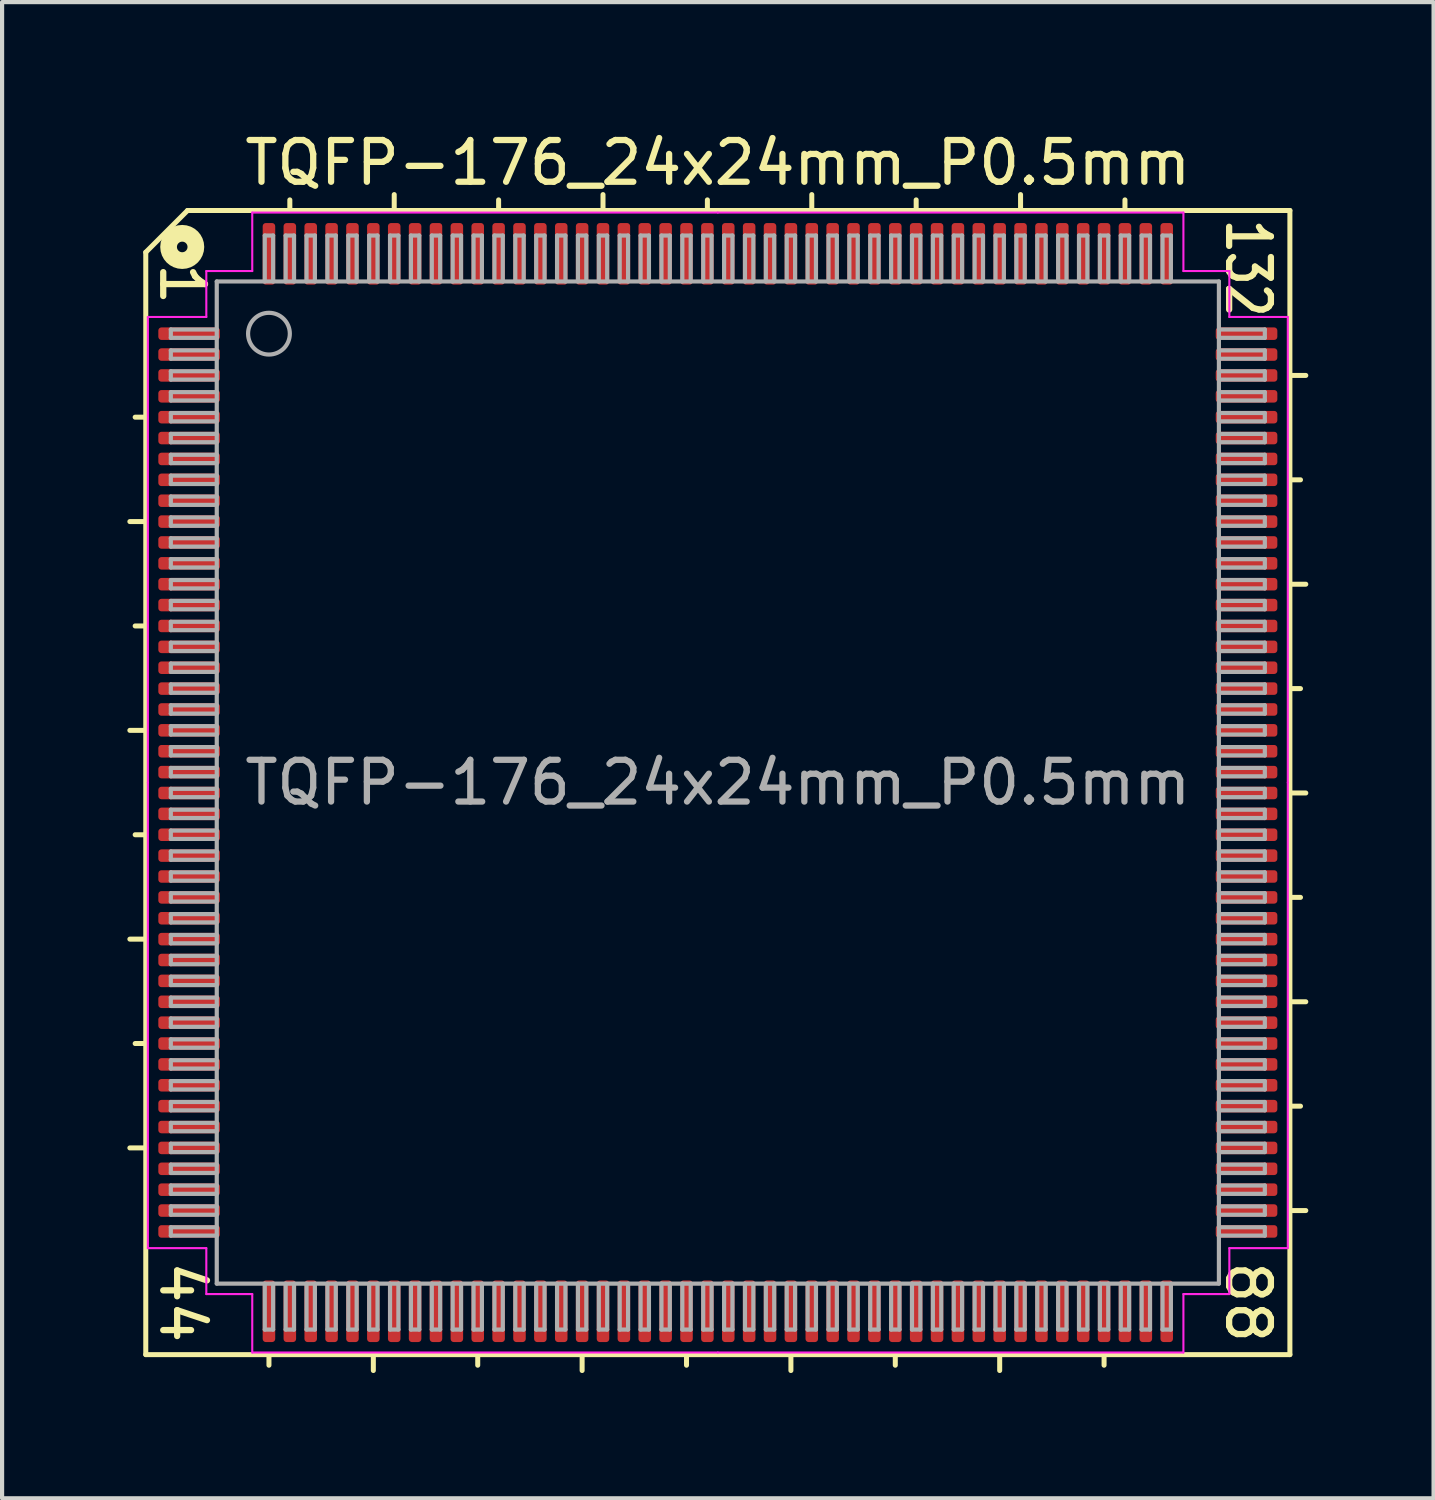
<source format=kicad_pcb>
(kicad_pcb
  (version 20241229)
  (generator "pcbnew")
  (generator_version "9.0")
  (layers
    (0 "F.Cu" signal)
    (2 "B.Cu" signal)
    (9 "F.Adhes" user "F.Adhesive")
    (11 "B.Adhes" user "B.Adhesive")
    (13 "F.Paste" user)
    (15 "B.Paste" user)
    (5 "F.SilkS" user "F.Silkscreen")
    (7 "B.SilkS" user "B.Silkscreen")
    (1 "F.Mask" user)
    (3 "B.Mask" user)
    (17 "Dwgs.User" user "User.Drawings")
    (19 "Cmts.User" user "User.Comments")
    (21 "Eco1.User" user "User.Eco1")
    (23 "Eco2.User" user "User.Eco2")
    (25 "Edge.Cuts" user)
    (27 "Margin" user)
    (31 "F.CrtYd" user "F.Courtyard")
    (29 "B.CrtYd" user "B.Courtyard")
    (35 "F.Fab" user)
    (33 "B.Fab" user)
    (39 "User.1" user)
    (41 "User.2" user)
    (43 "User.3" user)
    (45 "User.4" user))
  (footprint "TQFP-176_24x24mm_P0.5mm"
    (layer "F.Cu")
    (at 14.141 15.691)
    (property "Reference" "TQFP-176_24x24mm_P0.5mm" (at 0 -14.843 0) (layer "F.SilkS") (effects (font (size 1 1) (thickness 0.15))))
    (attr smd)
    (fp_line (start -13.7 -12.7) (end -13.7 13.7) (stroke (width 0.12) (type solid)) (layer "F.SilkS"))
    (fp_line (start -13.7 -8.75) (end -13.954 -8.75) (stroke (width 0.12) (type solid)) (layer "F.SilkS"))
    (fp_line (start -13.7 -6.25) (end -14.081 -6.25) (stroke (width 0.12) (type solid)) (layer "F.SilkS"))
    (fp_line (start -13.7 -3.75) (end -13.954 -3.75) (stroke (width 0.12) (type solid)) (layer "F.SilkS"))
    (fp_line (start -13.7 -1.25) (end -14.081 -1.25) (stroke (width 0.12) (type solid)) (layer "F.SilkS"))
    (fp_line (start -13.7 1.25) (end -13.954 1.25) (stroke (width 0.12) (type solid)) (layer "F.SilkS"))
    (fp_line (start -13.7 3.75) (end -14.081 3.75) (stroke (width 0.12) (type solid)) (layer "F.SilkS"))
    (fp_line (start -13.7 6.25) (end -13.954 6.25) (stroke (width 0.12) (type solid)) (layer "F.SilkS"))
    (fp_line (start -13.7 8.75) (end -14.081 8.75) (stroke (width 0.12) (type solid)) (layer "F.SilkS"))
    (fp_line (start -13.7 13.7) (end 13.7 13.7) (stroke (width 0.12) (type solid)) (layer "F.SilkS"))
    (fp_line (start -12.7 -13.7) (end -13.7 -12.7) (stroke (width 0.12) (type solid)) (layer "F.SilkS"))
    (fp_line (start -10.75 13.7) (end -10.75 13.954) (stroke (width 0.12) (type solid)) (layer "F.SilkS"))
    (fp_line (start -10.25 -13.7) (end -10.25 -13.954) (stroke (width 0.12) (type solid)) (layer "F.SilkS"))
    (fp_line (start -8.25 13.7) (end -8.25 14.081) (stroke (width 0.12) (type solid)) (layer "F.SilkS"))
    (fp_line (start -7.75 -13.7) (end -7.75 -14.081) (stroke (width 0.12) (type solid)) (layer "F.SilkS"))
    (fp_line (start -5.75 13.7) (end -5.75 13.954) (stroke (width 0.12) (type solid)) (layer "F.SilkS"))
    (fp_line (start -5.25 -13.7) (end -5.25 -13.954) (stroke (width 0.12) (type solid)) (layer "F.SilkS"))
    (fp_line (start -3.25 13.7) (end -3.25 14.081) (stroke (width 0.12) (type solid)) (layer "F.SilkS"))
    (fp_line (start -2.75 -13.7) (end -2.75 -14.081) (stroke (width 0.12) (type solid)) (layer "F.SilkS"))
    (fp_line (start -0.75 13.7) (end -0.75 13.954) (stroke (width 0.12) (type solid)) (layer "F.SilkS"))
    (fp_line (start -0.25 -13.7) (end -0.25 -13.954) (stroke (width 0.12) (type solid)) (layer "F.SilkS"))
    (fp_line (start 1.75 13.7) (end 1.75 14.081) (stroke (width 0.12) (type solid)) (layer "F.SilkS"))
    (fp_line (start 2.25 -13.7) (end 2.25 -14.081) (stroke (width 0.12) (type solid)) (layer "F.SilkS"))
    (fp_line (start 4.25 13.7) (end 4.25 13.954) (stroke (width 0.12) (type solid)) (layer "F.SilkS"))
    (fp_line (start 4.75 -13.7) (end 4.75 -13.954) (stroke (width 0.12) (type solid)) (layer "F.SilkS"))
    (fp_line (start 6.75 13.7) (end 6.75 14.081) (stroke (width 0.12) (type solid)) (layer "F.SilkS"))
    (fp_line (start 7.25 -13.7) (end 7.25 -14.081) (stroke (width 0.12) (type solid)) (layer "F.SilkS"))
    (fp_line (start 9.25 13.7) (end 9.25 13.954) (stroke (width 0.12) (type solid)) (layer "F.SilkS"))
    (fp_line (start 9.75 -13.7) (end 9.75 -13.954) (stroke (width 0.12) (type solid)) (layer "F.SilkS"))
    (fp_line (start 13.7 -13.7) (end -12.7 -13.7) (stroke (width 0.12) (type solid)) (layer "F.SilkS"))
    (fp_line (start 13.7 -9.75) (end 14.081 -9.75) (stroke (width 0.12) (type solid)) (layer "F.SilkS"))
    (fp_line (start 13.7 -7.25) (end 13.954 -7.25) (stroke (width 0.12) (type solid)) (layer "F.SilkS"))
    (fp_line (start 13.7 -4.75) (end 14.081 -4.75) (stroke (width 0.12) (type solid)) (layer "F.SilkS"))
    (fp_line (start 13.7 -2.25) (end 13.954 -2.25) (stroke (width 0.12) (type solid)) (layer "F.SilkS"))
    (fp_line (start 13.7 0.25) (end 14.081 0.25) (stroke (width 0.12) (type solid)) (layer "F.SilkS"))
    (fp_line (start 13.7 2.75) (end 13.954 2.75) (stroke (width 0.12) (type solid)) (layer "F.SilkS"))
    (fp_line (start 13.7 5.25) (end 14.081 5.25) (stroke (width 0.12) (type solid)) (layer "F.SilkS"))
    (fp_line (start 13.7 7.75) (end 13.954 7.75) (stroke (width 0.12) (type solid)) (layer "F.SilkS"))
    (fp_line (start 13.7 13.7) (end 13.7 -13.7) (stroke (width 0.12) (type solid)) (layer "F.SilkS"))
    (fp_line (start 14.081 10.25) (end 13.7 10.25) (stroke (width 0.12) (type solid)) (layer "F.SilkS"))
    (fp_circle (center -12.827 -12.827) (end -12.7 -12.827) (stroke (width 0.4) (type solid)) (fill no) (layer "F.SilkS"))
    (fp_line (start -13.65 -11.15) (end -13.65 0) (stroke (width 0.05) (type solid)) (layer "F.CrtYd"))
    (fp_line (start -13.65 11.15) (end -13.65 0) (stroke (width 0.05) (type solid)) (layer "F.CrtYd"))
    (fp_line (start -12.25 -12.25) (end -12.25 -11.15) (stroke (width 0.05) (type solid)) (layer "F.CrtYd"))
    (fp_line (start -12.25 -11.15) (end -13.65 -11.15) (stroke (width 0.05) (type solid)) (layer "F.CrtYd"))
    (fp_line (start -12.25 11.15) (end -13.65 11.15) (stroke (width 0.05) (type solid)) (layer "F.CrtYd"))
    (fp_line (start -12.25 12.25) (end -12.25 11.15) (stroke (width 0.05) (type solid)) (layer "F.CrtYd"))
    (fp_line (start -11.15 -13.65) (end -11.15 -12.25) (stroke (width 0.05) (type solid)) (layer "F.CrtYd"))
    (fp_line (start -11.15 -12.25) (end -12.25 -12.25) (stroke (width 0.05) (type solid)) (layer "F.CrtYd"))
    (fp_line (start -11.15 12.25) (end -12.25 12.25) (stroke (width 0.05) (type solid)) (layer "F.CrtYd"))
    (fp_line (start -11.15 13.65) (end -11.15 12.25) (stroke (width 0.05) (type solid)) (layer "F.CrtYd"))
    (fp_line (start 0 -13.65) (end -11.15 -13.65) (stroke (width 0.05) (type solid)) (layer "F.CrtYd"))
    (fp_line (start 0 -13.65) (end 11.15 -13.65) (stroke (width 0.05) (type solid)) (layer "F.CrtYd"))
    (fp_line (start 0 13.65) (end -11.15 13.65) (stroke (width 0.05) (type solid)) (layer "F.CrtYd"))
    (fp_line (start 0 13.65) (end 11.15 13.65) (stroke (width 0.05) (type solid)) (layer "F.CrtYd"))
    (fp_line (start 11.15 -13.65) (end 11.15 -12.25) (stroke (width 0.05) (type solid)) (layer "F.CrtYd"))
    (fp_line (start 11.15 -12.25) (end 12.25 -12.25) (stroke (width 0.05) (type solid)) (layer "F.CrtYd"))
    (fp_line (start 11.15 12.25) (end 12.25 12.25) (stroke (width 0.05) (type solid)) (layer "F.CrtYd"))
    (fp_line (start 11.15 13.65) (end 11.15 12.25) (stroke (width 0.05) (type solid)) (layer "F.CrtYd"))
    (fp_line (start 12.25 -12.25) (end 12.25 -11.15) (stroke (width 0.05) (type solid)) (layer "F.CrtYd"))
    (fp_line (start 12.25 -11.15) (end 13.65 -11.15) (stroke (width 0.05) (type solid)) (layer "F.CrtYd"))
    (fp_line (start 12.25 11.15) (end 13.65 11.15) (stroke (width 0.05) (type solid)) (layer "F.CrtYd"))
    (fp_line (start 12.25 12.25) (end 12.25 11.15) (stroke (width 0.05) (type solid)) (layer "F.CrtYd"))
    (fp_line (start 13.65 -11.15) (end 13.65 0) (stroke (width 0.05) (type solid)) (layer "F.CrtYd"))
    (fp_line (start 13.65 11.15) (end 13.65 0) (stroke (width 0.05) (type solid)) (layer "F.CrtYd"))
    (fp_line (start -13.1 -10.85) (end -13.1 -10.65) (stroke (width 0.1) (type solid)) (layer "F.Fab"))
    (fp_line (start -13.1 -10.85) (end -12 -10.85) (stroke (width 0.1) (type solid)) (layer "F.Fab"))
    (fp_line (start -13.1 -10.65) (end -12 -10.65) (stroke (width 0.1) (type solid)) (layer "F.Fab"))
    (fp_line (start -13.1 -10.35) (end -13.1 -10.15) (stroke (width 0.1) (type solid)) (layer "F.Fab"))
    (fp_line (start -13.1 -10.35) (end -12 -10.35) (stroke (width 0.1) (type solid)) (layer "F.Fab"))
    (fp_line (start -13.1 -10.15) (end -12 -10.15) (stroke (width 0.1) (type solid)) (layer "F.Fab"))
    (fp_line (start -13.1 -9.85) (end -13.1 -9.65) (stroke (width 0.1) (type solid)) (layer "F.Fab"))
    (fp_line (start -13.1 -9.85) (end -12 -9.85) (stroke (width 0.1) (type solid)) (layer "F.Fab"))
    (fp_line (start -13.1 -9.65) (end -12 -9.65) (stroke (width 0.1) (type solid)) (layer "F.Fab"))
    (fp_line (start -13.1 -9.35) (end -13.1 -9.15) (stroke (width 0.1) (type solid)) (layer "F.Fab"))
    (fp_line (start -13.1 -9.35) (end -12 -9.35) (stroke (width 0.1) (type solid)) (layer "F.Fab"))
    (fp_line (start -13.1 -9.15) (end -12 -9.15) (stroke (width 0.1) (type solid)) (layer "F.Fab"))
    (fp_line (start -13.1 -8.85) (end -13.1 -8.65) (stroke (width 0.1) (type solid)) (layer "F.Fab"))
    (fp_line (start -13.1 -8.85) (end -12 -8.85) (stroke (width 0.1) (type solid)) (layer "F.Fab"))
    (fp_line (start -13.1 -8.65) (end -12 -8.65) (stroke (width 0.1) (type solid)) (layer "F.Fab"))
    (fp_line (start -13.1 -8.35) (end -13.1 -8.15) (stroke (width 0.1) (type solid)) (layer "F.Fab"))
    (fp_line (start -13.1 -8.35) (end -12 -8.35) (stroke (width 0.1) (type solid)) (layer "F.Fab"))
    (fp_line (start -13.1 -8.15) (end -12 -8.15) (stroke (width 0.1) (type solid)) (layer "F.Fab"))
    (fp_line (start -13.1 -7.85) (end -13.1 -7.65) (stroke (width 0.1) (type solid)) (layer "F.Fab"))
    (fp_line (start -13.1 -7.85) (end -12 -7.85) (stroke (width 0.1) (type solid)) (layer "F.Fab"))
    (fp_line (start -13.1 -7.65) (end -12 -7.65) (stroke (width 0.1) (type solid)) (layer "F.Fab"))
    (fp_line (start -13.1 -7.35) (end -13.1 -7.15) (stroke (width 0.1) (type solid)) (layer "F.Fab"))
    (fp_line (start -13.1 -7.35) (end -12 -7.35) (stroke (width 0.1) (type solid)) (layer "F.Fab"))
    (fp_line (start -13.1 -7.15) (end -12 -7.15) (stroke (width 0.1) (type solid)) (layer "F.Fab"))
    (fp_line (start -13.1 -6.85) (end -13.1 -6.65) (stroke (width 0.1) (type solid)) (layer "F.Fab"))
    (fp_line (start -13.1 -6.85) (end -12 -6.85) (stroke (width 0.1) (type solid)) (layer "F.Fab"))
    (fp_line (start -13.1 -6.65) (end -12 -6.65) (stroke (width 0.1) (type solid)) (layer "F.Fab"))
    (fp_line (start -13.1 -6.35) (end -13.1 -6.15) (stroke (width 0.1) (type solid)) (layer "F.Fab"))
    (fp_line (start -13.1 -6.35) (end -12 -6.35) (stroke (width 0.1) (type solid)) (layer "F.Fab"))
    (fp_line (start -13.1 -6.15) (end -12 -6.15) (stroke (width 0.1) (type solid)) (layer "F.Fab"))
    (fp_line (start -13.1 -5.85) (end -13.1 -5.65) (stroke (width 0.1) (type solid)) (layer "F.Fab"))
    (fp_line (start -13.1 -5.85) (end -12 -5.85) (stroke (width 0.1) (type solid)) (layer "F.Fab"))
    (fp_line (start -13.1 -5.65) (end -12 -5.65) (stroke (width 0.1) (type solid)) (layer "F.Fab"))
    (fp_line (start -13.1 -5.35) (end -13.1 -5.15) (stroke (width 0.1) (type solid)) (layer "F.Fab"))
    (fp_line (start -13.1 -5.35) (end -12 -5.35) (stroke (width 0.1) (type solid)) (layer "F.Fab"))
    (fp_line (start -13.1 -5.15) (end -12 -5.15) (stroke (width 0.1) (type solid)) (layer "F.Fab"))
    (fp_line (start -13.1 -4.85) (end -13.1 -4.65) (stroke (width 0.1) (type solid)) (layer "F.Fab"))
    (fp_line (start -13.1 -4.85) (end -12 -4.85) (stroke (width 0.1) (type solid)) (layer "F.Fab"))
    (fp_line (start -13.1 -4.65) (end -12 -4.65) (stroke (width 0.1) (type solid)) (layer "F.Fab"))
    (fp_line (start -13.1 -4.35) (end -13.1 -4.15) (stroke (width 0.1) (type solid)) (layer "F.Fab"))
    (fp_line (start -13.1 -4.35) (end -12 -4.35) (stroke (width 0.1) (type solid)) (layer "F.Fab"))
    (fp_line (start -13.1 -4.15) (end -12 -4.15) (stroke (width 0.1) (type solid)) (layer "F.Fab"))
    (fp_line (start -13.1 -3.85) (end -13.1 -3.65) (stroke (width 0.1) (type solid)) (layer "F.Fab"))
    (fp_line (start -13.1 -3.85) (end -12 -3.85) (stroke (width 0.1) (type solid)) (layer "F.Fab"))
    (fp_line (start -13.1 -3.65) (end -12 -3.65) (stroke (width 0.1) (type solid)) (layer "F.Fab"))
    (fp_line (start -13.1 -3.35) (end -13.1 -3.15) (stroke (width 0.1) (type solid)) (layer "F.Fab"))
    (fp_line (start -13.1 -3.35) (end -12 -3.35) (stroke (width 0.1) (type solid)) (layer "F.Fab"))
    (fp_line (start -13.1 -3.15) (end -12 -3.15) (stroke (width 0.1) (type solid)) (layer "F.Fab"))
    (fp_line (start -13.1 -2.85) (end -13.1 -2.65) (stroke (width 0.1) (type solid)) (layer "F.Fab"))
    (fp_line (start -13.1 -2.85) (end -12 -2.85) (stroke (width 0.1) (type solid)) (layer "F.Fab"))
    (fp_line (start -13.1 -2.65) (end -12 -2.65) (stroke (width 0.1) (type solid)) (layer "F.Fab"))
    (fp_line (start -13.1 -2.35) (end -13.1 -2.15) (stroke (width 0.1) (type solid)) (layer "F.Fab"))
    (fp_line (start -13.1 -2.35) (end -12 -2.35) (stroke (width 0.1) (type solid)) (layer "F.Fab"))
    (fp_line (start -13.1 -2.15) (end -12 -2.15) (stroke (width 0.1) (type solid)) (layer "F.Fab"))
    (fp_line (start -13.1 -1.85) (end -13.1 -1.65) (stroke (width 0.1) (type solid)) (layer "F.Fab"))
    (fp_line (start -13.1 -1.85) (end -12 -1.85) (stroke (width 0.1) (type solid)) (layer "F.Fab"))
    (fp_line (start -13.1 -1.65) (end -12 -1.65) (stroke (width 0.1) (type solid)) (layer "F.Fab"))
    (fp_line (start -13.1 -1.35) (end -13.1 -1.15) (stroke (width 0.1) (type solid)) (layer "F.Fab"))
    (fp_line (start -13.1 -1.35) (end -12 -1.35) (stroke (width 0.1) (type solid)) (layer "F.Fab"))
    (fp_line (start -13.1 -1.15) (end -12 -1.15) (stroke (width 0.1) (type solid)) (layer "F.Fab"))
    (fp_line (start -13.1 -0.85) (end -13.1 -0.65) (stroke (width 0.1) (type solid)) (layer "F.Fab"))
    (fp_line (start -13.1 -0.85) (end -12 -0.85) (stroke (width 0.1) (type solid)) (layer "F.Fab"))
    (fp_line (start -13.1 -0.65) (end -12 -0.65) (stroke (width 0.1) (type solid)) (layer "F.Fab"))
    (fp_line (start -13.1 -0.35) (end -13.1 -0.15) (stroke (width 0.1) (type solid)) (layer "F.Fab"))
    (fp_line (start -13.1 -0.35) (end -12 -0.35) (stroke (width 0.1) (type solid)) (layer "F.Fab"))
    (fp_line (start -13.1 -0.15) (end -12 -0.15) (stroke (width 0.1) (type solid)) (layer "F.Fab"))
    (fp_line (start -13.1 0.15) (end -13.1 0.35) (stroke (width 0.1) (type solid)) (layer "F.Fab"))
    (fp_line (start -13.1 0.15) (end -12 0.15) (stroke (width 0.1) (type solid)) (layer "F.Fab"))
    (fp_line (start -13.1 0.35) (end -12 0.35) (stroke (width 0.1) (type solid)) (layer "F.Fab"))
    (fp_line (start -13.1 0.65) (end -13.1 0.85) (stroke (width 0.1) (type solid)) (layer "F.Fab"))
    (fp_line (start -13.1 0.65) (end -12 0.65) (stroke (width 0.1) (type solid)) (layer "F.Fab"))
    (fp_line (start -13.1 0.85) (end -12 0.85) (stroke (width 0.1) (type solid)) (layer "F.Fab"))
    (fp_line (start -13.1 1.15) (end -13.1 1.35) (stroke (width 0.1) (type solid)) (layer "F.Fab"))
    (fp_line (start -13.1 1.15) (end -12 1.15) (stroke (width 0.1) (type solid)) (layer "F.Fab"))
    (fp_line (start -13.1 1.35) (end -12 1.35) (stroke (width 0.1) (type solid)) (layer "F.Fab"))
    (fp_line (start -13.1 1.65) (end -13.1 1.85) (stroke (width 0.1) (type solid)) (layer "F.Fab"))
    (fp_line (start -13.1 1.65) (end -12 1.65) (stroke (width 0.1) (type solid)) (layer "F.Fab"))
    (fp_line (start -13.1 1.85) (end -12 1.85) (stroke (width 0.1) (type solid)) (layer "F.Fab"))
    (fp_line (start -13.1 2.15) (end -13.1 2.35) (stroke (width 0.1) (type solid)) (layer "F.Fab"))
    (fp_line (start -13.1 2.15) (end -12 2.15) (stroke (width 0.1) (type solid)) (layer "F.Fab"))
    (fp_line (start -13.1 2.35) (end -12 2.35) (stroke (width 0.1) (type solid)) (layer "F.Fab"))
    (fp_line (start -13.1 2.65) (end -13.1 2.85) (stroke (width 0.1) (type solid)) (layer "F.Fab"))
    (fp_line (start -13.1 2.65) (end -12 2.65) (stroke (width 0.1) (type solid)) (layer "F.Fab"))
    (fp_line (start -13.1 2.85) (end -12 2.85) (stroke (width 0.1) (type solid)) (layer "F.Fab"))
    (fp_line (start -13.1 3.15) (end -13.1 3.35) (stroke (width 0.1) (type solid)) (layer "F.Fab"))
    (fp_line (start -13.1 3.15) (end -12 3.15) (stroke (width 0.1) (type solid)) (layer "F.Fab"))
    (fp_line (start -13.1 3.35) (end -12 3.35) (stroke (width 0.1) (type solid)) (layer "F.Fab"))
    (fp_line (start -13.1 3.65) (end -13.1 3.85) (stroke (width 0.1) (type solid)) (layer "F.Fab"))
    (fp_line (start -13.1 3.65) (end -12 3.65) (stroke (width 0.1) (type solid)) (layer "F.Fab"))
    (fp_line (start -13.1 3.85) (end -12 3.85) (stroke (width 0.1) (type solid)) (layer "F.Fab"))
    (fp_line (start -13.1 4.15) (end -13.1 4.35) (stroke (width 0.1) (type solid)) (layer "F.Fab"))
    (fp_line (start -13.1 4.15) (end -12 4.15) (stroke (width 0.1) (type solid)) (layer "F.Fab"))
    (fp_line (start -13.1 4.35) (end -12 4.35) (stroke (width 0.1) (type solid)) (layer "F.Fab"))
    (fp_line (start -13.1 4.65) (end -13.1 4.85) (stroke (width 0.1) (type solid)) (layer "F.Fab"))
    (fp_line (start -13.1 4.65) (end -12 4.65) (stroke (width 0.1) (type solid)) (layer "F.Fab"))
    (fp_line (start -13.1 4.85) (end -12 4.85) (stroke (width 0.1) (type solid)) (layer "F.Fab"))
    (fp_line (start -13.1 5.15) (end -13.1 5.35) (stroke (width 0.1) (type solid)) (layer "F.Fab"))
    (fp_line (start -13.1 5.15) (end -12 5.15) (stroke (width 0.1) (type solid)) (layer "F.Fab"))
    (fp_line (start -13.1 5.35) (end -12 5.35) (stroke (width 0.1) (type solid)) (layer "F.Fab"))
    (fp_line (start -13.1 5.65) (end -13.1 5.85) (stroke (width 0.1) (type solid)) (layer "F.Fab"))
    (fp_line (start -13.1 5.65) (end -12 5.65) (stroke (width 0.1) (type solid)) (layer "F.Fab"))
    (fp_line (start -13.1 5.85) (end -12 5.85) (stroke (width 0.1) (type solid)) (layer "F.Fab"))
    (fp_line (start -13.1 6.15) (end -13.1 6.35) (stroke (width 0.1) (type solid)) (layer "F.Fab"))
    (fp_line (start -13.1 6.15) (end -12 6.15) (stroke (width 0.1) (type solid)) (layer "F.Fab"))
    (fp_line (start -13.1 6.35) (end -12 6.35) (stroke (width 0.1) (type solid)) (layer "F.Fab"))
    (fp_line (start -13.1 6.65) (end -13.1 6.85) (stroke (width 0.1) (type solid)) (layer "F.Fab"))
    (fp_line (start -13.1 6.65) (end -12 6.65) (stroke (width 0.1) (type solid)) (layer "F.Fab"))
    (fp_line (start -13.1 6.85) (end -12 6.85) (stroke (width 0.1) (type solid)) (layer "F.Fab"))
    (fp_line (start -13.1 7.15) (end -13.1 7.35) (stroke (width 0.1) (type solid)) (layer "F.Fab"))
    (fp_line (start -13.1 7.15) (end -12 7.15) (stroke (width 0.1) (type solid)) (layer "F.Fab"))
    (fp_line (start -13.1 7.35) (end -12 7.35) (stroke (width 0.1) (type solid)) (layer "F.Fab"))
    (fp_line (start -13.1 7.65) (end -13.1 7.85) (stroke (width 0.1) (type solid)) (layer "F.Fab"))
    (fp_line (start -13.1 7.65) (end -12 7.65) (stroke (width 0.1) (type solid)) (layer "F.Fab"))
    (fp_line (start -13.1 7.85) (end -12 7.85) (stroke (width 0.1) (type solid)) (layer "F.Fab"))
    (fp_line (start -13.1 8.15) (end -13.1 8.35) (stroke (width 0.1) (type solid)) (layer "F.Fab"))
    (fp_line (start -13.1 8.15) (end -12 8.15) (stroke (width 0.1) (type solid)) (layer "F.Fab"))
    (fp_line (start -13.1 8.35) (end -12 8.35) (stroke (width 0.1) (type solid)) (layer "F.Fab"))
    (fp_line (start -13.1 8.65) (end -13.1 8.85) (stroke (width 0.1) (type solid)) (layer "F.Fab"))
    (fp_line (start -13.1 8.65) (end -12 8.65) (stroke (width 0.1) (type solid)) (layer "F.Fab"))
    (fp_line (start -13.1 8.85) (end -12 8.85) (stroke (width 0.1) (type solid)) (layer "F.Fab"))
    (fp_line (start -13.1 9.15) (end -13.1 9.35) (stroke (width 0.1) (type solid)) (layer "F.Fab"))
    (fp_line (start -13.1 9.15) (end -12 9.15) (stroke (width 0.1) (type solid)) (layer "F.Fab"))
    (fp_line (start -13.1 9.35) (end -12 9.35) (stroke (width 0.1) (type solid)) (layer "F.Fab"))
    (fp_line (start -13.1 9.65) (end -13.1 9.85) (stroke (width 0.1) (type solid)) (layer "F.Fab"))
    (fp_line (start -13.1 9.65) (end -12 9.65) (stroke (width 0.1) (type solid)) (layer "F.Fab"))
    (fp_line (start -13.1 9.85) (end -12 9.85) (stroke (width 0.1) (type solid)) (layer "F.Fab"))
    (fp_line (start -13.1 10.15) (end -13.1 10.35) (stroke (width 0.1) (type solid)) (layer "F.Fab"))
    (fp_line (start -13.1 10.15) (end -12 10.15) (stroke (width 0.1) (type solid)) (layer "F.Fab"))
    (fp_line (start -13.1 10.35) (end -12 10.35) (stroke (width 0.1) (type solid)) (layer "F.Fab"))
    (fp_line (start -13.1 10.65) (end -13.1 10.85) (stroke (width 0.1) (type solid)) (layer "F.Fab"))
    (fp_line (start -13.1 10.65) (end -12 10.65) (stroke (width 0.1) (type solid)) (layer "F.Fab"))
    (fp_line (start -13.1 10.85) (end -12 10.85) (stroke (width 0.1) (type solid)) (layer "F.Fab"))
    (fp_line (start -12 -12) (end 12 -12) (stroke (width 0.1) (type solid)) (layer "F.Fab"))
    (fp_line (start -12 12) (end -12 -12) (stroke (width 0.1) (type solid)) (layer "F.Fab"))
    (fp_line (start -10.85 -13.1) (end -10.85 -12) (stroke (width 0.1) (type solid)) (layer "F.Fab"))
    (fp_line (start -10.85 13.1) (end -10.85 12) (stroke (width 0.1) (type solid)) (layer "F.Fab"))
    (fp_line (start -10.85 13.1) (end -10.65 13.1) (stroke (width 0.1) (type solid)) (layer "F.Fab"))
    (fp_line (start -10.65 -13.1) (end -10.85 -13.1) (stroke (width 0.1) (type solid)) (layer "F.Fab"))
    (fp_line (start -10.65 -13.1) (end -10.65 -12) (stroke (width 0.1) (type solid)) (layer "F.Fab"))
    (fp_line (start -10.65 13.1) (end -10.65 12) (stroke (width 0.1) (type solid)) (layer "F.Fab"))
    (fp_line (start -10.35 -13.1) (end -10.35 -12) (stroke (width 0.1) (type solid)) (layer "F.Fab"))
    (fp_line (start -10.35 13.1) (end -10.35 12) (stroke (width 0.1) (type solid)) (layer "F.Fab"))
    (fp_line (start -10.35 13.1) (end -10.15 13.1) (stroke (width 0.1) (type solid)) (layer "F.Fab"))
    (fp_line (start -10.15 -13.1) (end -10.35 -13.1) (stroke (width 0.1) (type solid)) (layer "F.Fab"))
    (fp_line (start -10.15 -13.1) (end -10.15 -12) (stroke (width 0.1) (type solid)) (layer "F.Fab"))
    (fp_line (start -10.15 13.1) (end -10.15 12) (stroke (width 0.1) (type solid)) (layer "F.Fab"))
    (fp_line (start -9.85 -13.1) (end -9.85 -12) (stroke (width 0.1) (type solid)) (layer "F.Fab"))
    (fp_line (start -9.85 13.1) (end -9.85 12) (stroke (width 0.1) (type solid)) (layer "F.Fab"))
    (fp_line (start -9.85 13.1) (end -9.65 13.1) (stroke (width 0.1) (type solid)) (layer "F.Fab"))
    (fp_line (start -9.65 -13.1) (end -9.85 -13.1) (stroke (width 0.1) (type solid)) (layer "F.Fab"))
    (fp_line (start -9.65 -13.1) (end -9.65 -12) (stroke (width 0.1) (type solid)) (layer "F.Fab"))
    (fp_line (start -9.65 13.1) (end -9.65 12) (stroke (width 0.1) (type solid)) (layer "F.Fab"))
    (fp_line (start -9.35 -13.1) (end -9.35 -12) (stroke (width 0.1) (type solid)) (layer "F.Fab"))
    (fp_line (start -9.35 13.1) (end -9.35 12) (stroke (width 0.1) (type solid)) (layer "F.Fab"))
    (fp_line (start -9.35 13.1) (end -9.15 13.1) (stroke (width 0.1) (type solid)) (layer "F.Fab"))
    (fp_line (start -9.15 -13.1) (end -9.35 -13.1) (stroke (width 0.1) (type solid)) (layer "F.Fab"))
    (fp_line (start -9.15 -13.1) (end -9.15 -12) (stroke (width 0.1) (type solid)) (layer "F.Fab"))
    (fp_line (start -9.15 13.1) (end -9.15 12) (stroke (width 0.1) (type solid)) (layer "F.Fab"))
    (fp_line (start -8.85 -13.1) (end -8.85 -12) (stroke (width 0.1) (type solid)) (layer "F.Fab"))
    (fp_line (start -8.85 13.1) (end -8.85 12) (stroke (width 0.1) (type solid)) (layer "F.Fab"))
    (fp_line (start -8.85 13.1) (end -8.65 13.1) (stroke (width 0.1) (type solid)) (layer "F.Fab"))
    (fp_line (start -8.65 -13.1) (end -8.85 -13.1) (stroke (width 0.1) (type solid)) (layer "F.Fab"))
    (fp_line (start -8.65 -13.1) (end -8.65 -12) (stroke (width 0.1) (type solid)) (layer "F.Fab"))
    (fp_line (start -8.65 13.1) (end -8.65 12) (stroke (width 0.1) (type solid)) (layer "F.Fab"))
    (fp_line (start -8.35 -13.1) (end -8.35 -12) (stroke (width 0.1) (type solid)) (layer "F.Fab"))
    (fp_line (start -8.35 13.1) (end -8.35 12) (stroke (width 0.1) (type solid)) (layer "F.Fab"))
    (fp_line (start -8.35 13.1) (end -8.15 13.1) (stroke (width 0.1) (type solid)) (layer "F.Fab"))
    (fp_line (start -8.15 -13.1) (end -8.35 -13.1) (stroke (width 0.1) (type solid)) (layer "F.Fab"))
    (fp_line (start -8.15 -13.1) (end -8.15 -12) (stroke (width 0.1) (type solid)) (layer "F.Fab"))
    (fp_line (start -8.15 13.1) (end -8.15 12) (stroke (width 0.1) (type solid)) (layer "F.Fab"))
    (fp_line (start -7.85 -13.1) (end -7.85 -12) (stroke (width 0.1) (type solid)) (layer "F.Fab"))
    (fp_line (start -7.85 13.1) (end -7.85 12) (stroke (width 0.1) (type solid)) (layer "F.Fab"))
    (fp_line (start -7.85 13.1) (end -7.65 13.1) (stroke (width 0.1) (type solid)) (layer "F.Fab"))
    (fp_line (start -7.65 -13.1) (end -7.85 -13.1) (stroke (width 0.1) (type solid)) (layer "F.Fab"))
    (fp_line (start -7.65 -13.1) (end -7.65 -12) (stroke (width 0.1) (type solid)) (layer "F.Fab"))
    (fp_line (start -7.65 13.1) (end -7.65 12) (stroke (width 0.1) (type solid)) (layer "F.Fab"))
    (fp_line (start -7.35 -13.1) (end -7.35 -12) (stroke (width 0.1) (type solid)) (layer "F.Fab"))
    (fp_line (start -7.35 13.1) (end -7.35 12) (stroke (width 0.1) (type solid)) (layer "F.Fab"))
    (fp_line (start -7.35 13.1) (end -7.15 13.1) (stroke (width 0.1) (type solid)) (layer "F.Fab"))
    (fp_line (start -7.15 -13.1) (end -7.35 -13.1) (stroke (width 0.1) (type solid)) (layer "F.Fab"))
    (fp_line (start -7.15 -13.1) (end -7.15 -12) (stroke (width 0.1) (type solid)) (layer "F.Fab"))
    (fp_line (start -7.15 13.1) (end -7.15 12) (stroke (width 0.1) (type solid)) (layer "F.Fab"))
    (fp_line (start -6.85 -13.1) (end -6.85 -12) (stroke (width 0.1) (type solid)) (layer "F.Fab"))
    (fp_line (start -6.85 13.1) (end -6.85 12) (stroke (width 0.1) (type solid)) (layer "F.Fab"))
    (fp_line (start -6.85 13.1) (end -6.65 13.1) (stroke (width 0.1) (type solid)) (layer "F.Fab"))
    (fp_line (start -6.65 -13.1) (end -6.85 -13.1) (stroke (width 0.1) (type solid)) (layer "F.Fab"))
    (fp_line (start -6.65 -13.1) (end -6.65 -12) (stroke (width 0.1) (type solid)) (layer "F.Fab"))
    (fp_line (start -6.65 13.1) (end -6.65 12) (stroke (width 0.1) (type solid)) (layer "F.Fab"))
    (fp_line (start -6.35 -13.1) (end -6.35 -12) (stroke (width 0.1) (type solid)) (layer "F.Fab"))
    (fp_line (start -6.35 13.1) (end -6.35 12) (stroke (width 0.1) (type solid)) (layer "F.Fab"))
    (fp_line (start -6.35 13.1) (end -6.15 13.1) (stroke (width 0.1) (type solid)) (layer "F.Fab"))
    (fp_line (start -6.15 -13.1) (end -6.35 -13.1) (stroke (width 0.1) (type solid)) (layer "F.Fab"))
    (fp_line (start -6.15 -13.1) (end -6.15 -12) (stroke (width 0.1) (type solid)) (layer "F.Fab"))
    (fp_line (start -6.15 13.1) (end -6.15 12) (stroke (width 0.1) (type solid)) (layer "F.Fab"))
    (fp_line (start -5.85 -13.1) (end -5.85 -12) (stroke (width 0.1) (type solid)) (layer "F.Fab"))
    (fp_line (start -5.85 13.1) (end -5.85 12) (stroke (width 0.1) (type solid)) (layer "F.Fab"))
    (fp_line (start -5.85 13.1) (end -5.65 13.1) (stroke (width 0.1) (type solid)) (layer "F.Fab"))
    (fp_line (start -5.65 -13.1) (end -5.85 -13.1) (stroke (width 0.1) (type solid)) (layer "F.Fab"))
    (fp_line (start -5.65 -13.1) (end -5.65 -12) (stroke (width 0.1) (type solid)) (layer "F.Fab"))
    (fp_line (start -5.65 13.1) (end -5.65 12) (stroke (width 0.1) (type solid)) (layer "F.Fab"))
    (fp_line (start -5.35 -13.1) (end -5.35 -12) (stroke (width 0.1) (type solid)) (layer "F.Fab"))
    (fp_line (start -5.35 13.1) (end -5.35 12) (stroke (width 0.1) (type solid)) (layer "F.Fab"))
    (fp_line (start -5.35 13.1) (end -5.15 13.1) (stroke (width 0.1) (type solid)) (layer "F.Fab"))
    (fp_line (start -5.15 -13.1) (end -5.35 -13.1) (stroke (width 0.1) (type solid)) (layer "F.Fab"))
    (fp_line (start -5.15 -13.1) (end -5.15 -12) (stroke (width 0.1) (type solid)) (layer "F.Fab"))
    (fp_line (start -5.15 13.1) (end -5.15 12) (stroke (width 0.1) (type solid)) (layer "F.Fab"))
    (fp_line (start -4.85 -13.1) (end -4.85 -12) (stroke (width 0.1) (type solid)) (layer "F.Fab"))
    (fp_line (start -4.85 13.1) (end -4.85 12) (stroke (width 0.1) (type solid)) (layer "F.Fab"))
    (fp_line (start -4.85 13.1) (end -4.65 13.1) (stroke (width 0.1) (type solid)) (layer "F.Fab"))
    (fp_line (start -4.65 -13.1) (end -4.85 -13.1) (stroke (width 0.1) (type solid)) (layer "F.Fab"))
    (fp_line (start -4.65 -13.1) (end -4.65 -12) (stroke (width 0.1) (type solid)) (layer "F.Fab"))
    (fp_line (start -4.65 13.1) (end -4.65 12) (stroke (width 0.1) (type solid)) (layer "F.Fab"))
    (fp_line (start -4.35 -13.1) (end -4.35 -12) (stroke (width 0.1) (type solid)) (layer "F.Fab"))
    (fp_line (start -4.35 13.1) (end -4.35 12) (stroke (width 0.1) (type solid)) (layer "F.Fab"))
    (fp_line (start -4.35 13.1) (end -4.15 13.1) (stroke (width 0.1) (type solid)) (layer "F.Fab"))
    (fp_line (start -4.15 -13.1) (end -4.35 -13.1) (stroke (width 0.1) (type solid)) (layer "F.Fab"))
    (fp_line (start -4.15 -13.1) (end -4.15 -12) (stroke (width 0.1) (type solid)) (layer "F.Fab"))
    (fp_line (start -4.15 13.1) (end -4.15 12) (stroke (width 0.1) (type solid)) (layer "F.Fab"))
    (fp_line (start -3.85 -13.1) (end -3.85 -12) (stroke (width 0.1) (type solid)) (layer "F.Fab"))
    (fp_line (start -3.85 13.1) (end -3.85 12) (stroke (width 0.1) (type solid)) (layer "F.Fab"))
    (fp_line (start -3.85 13.1) (end -3.65 13.1) (stroke (width 0.1) (type solid)) (layer "F.Fab"))
    (fp_line (start -3.65 -13.1) (end -3.85 -13.1) (stroke (width 0.1) (type solid)) (layer "F.Fab"))
    (fp_line (start -3.65 -13.1) (end -3.65 -12) (stroke (width 0.1) (type solid)) (layer "F.Fab"))
    (fp_line (start -3.65 13.1) (end -3.65 12) (stroke (width 0.1) (type solid)) (layer "F.Fab"))
    (fp_line (start -3.35 -13.1) (end -3.35 -12) (stroke (width 0.1) (type solid)) (layer "F.Fab"))
    (fp_line (start -3.35 13.1) (end -3.35 12) (stroke (width 0.1) (type solid)) (layer "F.Fab"))
    (fp_line (start -3.35 13.1) (end -3.15 13.1) (stroke (width 0.1) (type solid)) (layer "F.Fab"))
    (fp_line (start -3.15 -13.1) (end -3.35 -13.1) (stroke (width 0.1) (type solid)) (layer "F.Fab"))
    (fp_line (start -3.15 -13.1) (end -3.15 -12) (stroke (width 0.1) (type solid)) (layer "F.Fab"))
    (fp_line (start -3.15 13.1) (end -3.15 12) (stroke (width 0.1) (type solid)) (layer "F.Fab"))
    (fp_line (start -2.85 -13.1) (end -2.85 -12) (stroke (width 0.1) (type solid)) (layer "F.Fab"))
    (fp_line (start -2.85 13.1) (end -2.85 12) (stroke (width 0.1) (type solid)) (layer "F.Fab"))
    (fp_line (start -2.85 13.1) (end -2.65 13.1) (stroke (width 0.1) (type solid)) (layer "F.Fab"))
    (fp_line (start -2.65 -13.1) (end -2.85 -13.1) (stroke (width 0.1) (type solid)) (layer "F.Fab"))
    (fp_line (start -2.65 -13.1) (end -2.65 -12) (stroke (width 0.1) (type solid)) (layer "F.Fab"))
    (fp_line (start -2.65 13.1) (end -2.65 12) (stroke (width 0.1) (type solid)) (layer "F.Fab"))
    (fp_line (start -2.35 -13.1) (end -2.35 -12) (stroke (width 0.1) (type solid)) (layer "F.Fab"))
    (fp_line (start -2.35 13.1) (end -2.35 12) (stroke (width 0.1) (type solid)) (layer "F.Fab"))
    (fp_line (start -2.35 13.1) (end -2.15 13.1) (stroke (width 0.1) (type solid)) (layer "F.Fab"))
    (fp_line (start -2.15 -13.1) (end -2.35 -13.1) (stroke (width 0.1) (type solid)) (layer "F.Fab"))
    (fp_line (start -2.15 -13.1) (end -2.15 -12) (stroke (width 0.1) (type solid)) (layer "F.Fab"))
    (fp_line (start -2.15 13.1) (end -2.15 12) (stroke (width 0.1) (type solid)) (layer "F.Fab"))
    (fp_line (start -1.85 -13.1) (end -1.85 -12) (stroke (width 0.1) (type solid)) (layer "F.Fab"))
    (fp_line (start -1.85 13.1) (end -1.85 12) (stroke (width 0.1) (type solid)) (layer "F.Fab"))
    (fp_line (start -1.85 13.1) (end -1.65 13.1) (stroke (width 0.1) (type solid)) (layer "F.Fab"))
    (fp_line (start -1.65 -13.1) (end -1.85 -13.1) (stroke (width 0.1) (type solid)) (layer "F.Fab"))
    (fp_line (start -1.65 -13.1) (end -1.65 -12) (stroke (width 0.1) (type solid)) (layer "F.Fab"))
    (fp_line (start -1.65 13.1) (end -1.65 12) (stroke (width 0.1) (type solid)) (layer "F.Fab"))
    (fp_line (start -1.35 -13.1) (end -1.35 -12) (stroke (width 0.1) (type solid)) (layer "F.Fab"))
    (fp_line (start -1.35 13.1) (end -1.35 12) (stroke (width 0.1) (type solid)) (layer "F.Fab"))
    (fp_line (start -1.35 13.1) (end -1.15 13.1) (stroke (width 0.1) (type solid)) (layer "F.Fab"))
    (fp_line (start -1.15 -13.1) (end -1.35 -13.1) (stroke (width 0.1) (type solid)) (layer "F.Fab"))
    (fp_line (start -1.15 -13.1) (end -1.15 -12) (stroke (width 0.1) (type solid)) (layer "F.Fab"))
    (fp_line (start -1.15 13.1) (end -1.15 12) (stroke (width 0.1) (type solid)) (layer "F.Fab"))
    (fp_line (start -0.85 -13.1) (end -0.85 -12) (stroke (width 0.1) (type solid)) (layer "F.Fab"))
    (fp_line (start -0.85 13.1) (end -0.85 12) (stroke (width 0.1) (type solid)) (layer "F.Fab"))
    (fp_line (start -0.85 13.1) (end -0.65 13.1) (stroke (width 0.1) (type solid)) (layer "F.Fab"))
    (fp_line (start -0.65 -13.1) (end -0.85 -13.1) (stroke (width 0.1) (type solid)) (layer "F.Fab"))
    (fp_line (start -0.65 -13.1) (end -0.65 -12) (stroke (width 0.1) (type solid)) (layer "F.Fab"))
    (fp_line (start -0.65 13.1) (end -0.65 12) (stroke (width 0.1) (type solid)) (layer "F.Fab"))
    (fp_line (start -0.35 -13.1) (end -0.35 -12) (stroke (width 0.1) (type solid)) (layer "F.Fab"))
    (fp_line (start -0.35 13.1) (end -0.35 12) (stroke (width 0.1) (type solid)) (layer "F.Fab"))
    (fp_line (start -0.35 13.1) (end -0.15 13.1) (stroke (width 0.1) (type solid)) (layer "F.Fab"))
    (fp_line (start -0.15 -13.1) (end -0.35 -13.1) (stroke (width 0.1) (type solid)) (layer "F.Fab"))
    (fp_line (start -0.15 -13.1) (end -0.15 -12) (stroke (width 0.1) (type solid)) (layer "F.Fab"))
    (fp_line (start -0.15 13.1) (end -0.15 12) (stroke (width 0.1) (type solid)) (layer "F.Fab"))
    (fp_line (start 0.15 -13.1) (end 0.15 -12) (stroke (width 0.1) (type solid)) (layer "F.Fab"))
    (fp_line (start 0.15 13.1) (end 0.15 12) (stroke (width 0.1) (type solid)) (layer "F.Fab"))
    (fp_line (start 0.15 13.1) (end 0.35 13.1) (stroke (width 0.1) (type solid)) (layer "F.Fab"))
    (fp_line (start 0.35 -13.1) (end 0.15 -13.1) (stroke (width 0.1) (type solid)) (layer "F.Fab"))
    (fp_line (start 0.35 -13.1) (end 0.35 -12) (stroke (width 0.1) (type solid)) (layer "F.Fab"))
    (fp_line (start 0.35 13.1) (end 0.35 12) (stroke (width 0.1) (type solid)) (layer "F.Fab"))
    (fp_line (start 0.65 -13.1) (end 0.65 -12) (stroke (width 0.1) (type solid)) (layer "F.Fab"))
    (fp_line (start 0.65 13.1) (end 0.65 12) (stroke (width 0.1) (type solid)) (layer "F.Fab"))
    (fp_line (start 0.65 13.1) (end 0.85 13.1) (stroke (width 0.1) (type solid)) (layer "F.Fab"))
    (fp_line (start 0.85 -13.1) (end 0.65 -13.1) (stroke (width 0.1) (type solid)) (layer "F.Fab"))
    (fp_line (start 0.85 -13.1) (end 0.85 -12) (stroke (width 0.1) (type solid)) (layer "F.Fab"))
    (fp_line (start 0.85 13.1) (end 0.85 12) (stroke (width 0.1) (type solid)) (layer "F.Fab"))
    (fp_line (start 1.15 -13.1) (end 1.15 -12) (stroke (width 0.1) (type solid)) (layer "F.Fab"))
    (fp_line (start 1.15 13.1) (end 1.15 12) (stroke (width 0.1) (type solid)) (layer "F.Fab"))
    (fp_line (start 1.15 13.1) (end 1.35 13.1) (stroke (width 0.1) (type solid)) (layer "F.Fab"))
    (fp_line (start 1.35 -13.1) (end 1.15 -13.1) (stroke (width 0.1) (type solid)) (layer "F.Fab"))
    (fp_line (start 1.35 -13.1) (end 1.35 -12) (stroke (width 0.1) (type solid)) (layer "F.Fab"))
    (fp_line (start 1.35 13.1) (end 1.35 12) (stroke (width 0.1) (type solid)) (layer "F.Fab"))
    (fp_line (start 1.65 -13.1) (end 1.65 -12) (stroke (width 0.1) (type solid)) (layer "F.Fab"))
    (fp_line (start 1.65 13.1) (end 1.65 12) (stroke (width 0.1) (type solid)) (layer "F.Fab"))
    (fp_line (start 1.65 13.1) (end 1.85 13.1) (stroke (width 0.1) (type solid)) (layer "F.Fab"))
    (fp_line (start 1.85 -13.1) (end 1.65 -13.1) (stroke (width 0.1) (type solid)) (layer "F.Fab"))
    (fp_line (start 1.85 -13.1) (end 1.85 -12) (stroke (width 0.1) (type solid)) (layer "F.Fab"))
    (fp_line (start 1.85 13.1) (end 1.85 12) (stroke (width 0.1) (type solid)) (layer "F.Fab"))
    (fp_line (start 2.15 -13.1) (end 2.15 -12) (stroke (width 0.1) (type solid)) (layer "F.Fab"))
    (fp_line (start 2.15 13.1) (end 2.15 12) (stroke (width 0.1) (type solid)) (layer "F.Fab"))
    (fp_line (start 2.15 13.1) (end 2.35 13.1) (stroke (width 0.1) (type solid)) (layer "F.Fab"))
    (fp_line (start 2.35 -13.1) (end 2.15 -13.1) (stroke (width 0.1) (type solid)) (layer "F.Fab"))
    (fp_line (start 2.35 -13.1) (end 2.35 -12) (stroke (width 0.1) (type solid)) (layer "F.Fab"))
    (fp_line (start 2.35 13.1) (end 2.35 12) (stroke (width 0.1) (type solid)) (layer "F.Fab"))
    (fp_line (start 2.65 -13.1) (end 2.65 -12) (stroke (width 0.1) (type solid)) (layer "F.Fab"))
    (fp_line (start 2.65 13.1) (end 2.65 12) (stroke (width 0.1) (type solid)) (layer "F.Fab"))
    (fp_line (start 2.65 13.1) (end 2.85 13.1) (stroke (width 0.1) (type solid)) (layer "F.Fab"))
    (fp_line (start 2.85 -13.1) (end 2.65 -13.1) (stroke (width 0.1) (type solid)) (layer "F.Fab"))
    (fp_line (start 2.85 -13.1) (end 2.85 -12) (stroke (width 0.1) (type solid)) (layer "F.Fab"))
    (fp_line (start 2.85 13.1) (end 2.85 12) (stroke (width 0.1) (type solid)) (layer "F.Fab"))
    (fp_line (start 3.15 -13.1) (end 3.15 -12) (stroke (width 0.1) (type solid)) (layer "F.Fab"))
    (fp_line (start 3.15 13.1) (end 3.15 12) (stroke (width 0.1) (type solid)) (layer "F.Fab"))
    (fp_line (start 3.15 13.1) (end 3.35 13.1) (stroke (width 0.1) (type solid)) (layer "F.Fab"))
    (fp_line (start 3.35 -13.1) (end 3.15 -13.1) (stroke (width 0.1) (type solid)) (layer "F.Fab"))
    (fp_line (start 3.35 -13.1) (end 3.35 -12) (stroke (width 0.1) (type solid)) (layer "F.Fab"))
    (fp_line (start 3.35 13.1) (end 3.35 12) (stroke (width 0.1) (type solid)) (layer "F.Fab"))
    (fp_line (start 3.65 -13.1) (end 3.65 -12) (stroke (width 0.1) (type solid)) (layer "F.Fab"))
    (fp_line (start 3.65 13.1) (end 3.65 12) (stroke (width 0.1) (type solid)) (layer "F.Fab"))
    (fp_line (start 3.65 13.1) (end 3.85 13.1) (stroke (width 0.1) (type solid)) (layer "F.Fab"))
    (fp_line (start 3.85 -13.1) (end 3.65 -13.1) (stroke (width 0.1) (type solid)) (layer "F.Fab"))
    (fp_line (start 3.85 -13.1) (end 3.85 -12) (stroke (width 0.1) (type solid)) (layer "F.Fab"))
    (fp_line (start 3.85 13.1) (end 3.85 12) (stroke (width 0.1) (type solid)) (layer "F.Fab"))
    (fp_line (start 4.15 -13.1) (end 4.15 -12) (stroke (width 0.1) (type solid)) (layer "F.Fab"))
    (fp_line (start 4.15 13.1) (end 4.15 12) (stroke (width 0.1) (type solid)) (layer "F.Fab"))
    (fp_line (start 4.15 13.1) (end 4.35 13.1) (stroke (width 0.1) (type solid)) (layer "F.Fab"))
    (fp_line (start 4.35 -13.1) (end 4.15 -13.1) (stroke (width 0.1) (type solid)) (layer "F.Fab"))
    (fp_line (start 4.35 -13.1) (end 4.35 -12) (stroke (width 0.1) (type solid)) (layer "F.Fab"))
    (fp_line (start 4.35 13.1) (end 4.35 12) (stroke (width 0.1) (type solid)) (layer "F.Fab"))
    (fp_line (start 4.65 -13.1) (end 4.65 -12) (stroke (width 0.1) (type solid)) (layer "F.Fab"))
    (fp_line (start 4.65 13.1) (end 4.65 12) (stroke (width 0.1) (type solid)) (layer "F.Fab"))
    (fp_line (start 4.65 13.1) (end 4.85 13.1) (stroke (width 0.1) (type solid)) (layer "F.Fab"))
    (fp_line (start 4.85 -13.1) (end 4.65 -13.1) (stroke (width 0.1) (type solid)) (layer "F.Fab"))
    (fp_line (start 4.85 -13.1) (end 4.85 -12) (stroke (width 0.1) (type solid)) (layer "F.Fab"))
    (fp_line (start 4.85 13.1) (end 4.85 12) (stroke (width 0.1) (type solid)) (layer "F.Fab"))
    (fp_line (start 5.15 -13.1) (end 5.15 -12) (stroke (width 0.1) (type solid)) (layer "F.Fab"))
    (fp_line (start 5.15 13.1) (end 5.15 12) (stroke (width 0.1) (type solid)) (layer "F.Fab"))
    (fp_line (start 5.15 13.1) (end 5.35 13.1) (stroke (width 0.1) (type solid)) (layer "F.Fab"))
    (fp_line (start 5.35 -13.1) (end 5.15 -13.1) (stroke (width 0.1) (type solid)) (layer "F.Fab"))
    (fp_line (start 5.35 -13.1) (end 5.35 -12) (stroke (width 0.1) (type solid)) (layer "F.Fab"))
    (fp_line (start 5.35 13.1) (end 5.35 12) (stroke (width 0.1) (type solid)) (layer "F.Fab"))
    (fp_line (start 5.65 -13.1) (end 5.65 -12) (stroke (width 0.1) (type solid)) (layer "F.Fab"))
    (fp_line (start 5.65 13.1) (end 5.65 12) (stroke (width 0.1) (type solid)) (layer "F.Fab"))
    (fp_line (start 5.65 13.1) (end 5.85 13.1) (stroke (width 0.1) (type solid)) (layer "F.Fab"))
    (fp_line (start 5.85 -13.1) (end 5.65 -13.1) (stroke (width 0.1) (type solid)) (layer "F.Fab"))
    (fp_line (start 5.85 -13.1) (end 5.85 -12) (stroke (width 0.1) (type solid)) (layer "F.Fab"))
    (fp_line (start 5.85 13.1) (end 5.85 12) (stroke (width 0.1) (type solid)) (layer "F.Fab"))
    (fp_line (start 6.15 -13.1) (end 6.15 -12) (stroke (width 0.1) (type solid)) (layer "F.Fab"))
    (fp_line (start 6.15 13.1) (end 6.15 12) (stroke (width 0.1) (type solid)) (layer "F.Fab"))
    (fp_line (start 6.15 13.1) (end 6.35 13.1) (stroke (width 0.1) (type solid)) (layer "F.Fab"))
    (fp_line (start 6.35 -13.1) (end 6.15 -13.1) (stroke (width 0.1) (type solid)) (layer "F.Fab"))
    (fp_line (start 6.35 -13.1) (end 6.35 -12) (stroke (width 0.1) (type solid)) (layer "F.Fab"))
    (fp_line (start 6.35 13.1) (end 6.35 12) (stroke (width 0.1) (type solid)) (layer "F.Fab"))
    (fp_line (start 6.65 -13.1) (end 6.65 -12) (stroke (width 0.1) (type solid)) (layer "F.Fab"))
    (fp_line (start 6.65 13.1) (end 6.65 12) (stroke (width 0.1) (type solid)) (layer "F.Fab"))
    (fp_line (start 6.65 13.1) (end 6.85 13.1) (stroke (width 0.1) (type solid)) (layer "F.Fab"))
    (fp_line (start 6.85 -13.1) (end 6.65 -13.1) (stroke (width 0.1) (type solid)) (layer "F.Fab"))
    (fp_line (start 6.85 -13.1) (end 6.85 -12) (stroke (width 0.1) (type solid)) (layer "F.Fab"))
    (fp_line (start 6.85 13.1) (end 6.85 12) (stroke (width 0.1) (type solid)) (layer "F.Fab"))
    (fp_line (start 7.15 -13.1) (end 7.15 -12) (stroke (width 0.1) (type solid)) (layer "F.Fab"))
    (fp_line (start 7.15 13.1) (end 7.15 12) (stroke (width 0.1) (type solid)) (layer "F.Fab"))
    (fp_line (start 7.15 13.1) (end 7.35 13.1) (stroke (width 0.1) (type solid)) (layer "F.Fab"))
    (fp_line (start 7.35 -13.1) (end 7.15 -13.1) (stroke (width 0.1) (type solid)) (layer "F.Fab"))
    (fp_line (start 7.35 -13.1) (end 7.35 -12) (stroke (width 0.1) (type solid)) (layer "F.Fab"))
    (fp_line (start 7.35 13.1) (end 7.35 12) (stroke (width 0.1) (type solid)) (layer "F.Fab"))
    (fp_line (start 7.65 -13.1) (end 7.65 -12) (stroke (width 0.1) (type solid)) (layer "F.Fab"))
    (fp_line (start 7.65 13.1) (end 7.65 12) (stroke (width 0.1) (type solid)) (layer "F.Fab"))
    (fp_line (start 7.65 13.1) (end 7.85 13.1) (stroke (width 0.1) (type solid)) (layer "F.Fab"))
    (fp_line (start 7.85 -13.1) (end 7.65 -13.1) (stroke (width 0.1) (type solid)) (layer "F.Fab"))
    (fp_line (start 7.85 -13.1) (end 7.85 -12) (stroke (width 0.1) (type solid)) (layer "F.Fab"))
    (fp_line (start 7.85 13.1) (end 7.85 12) (stroke (width 0.1) (type solid)) (layer "F.Fab"))
    (fp_line (start 8.15 -13.1) (end 8.15 -12) (stroke (width 0.1) (type solid)) (layer "F.Fab"))
    (fp_line (start 8.15 13.1) (end 8.15 12) (stroke (width 0.1) (type solid)) (layer "F.Fab"))
    (fp_line (start 8.15 13.1) (end 8.35 13.1) (stroke (width 0.1) (type solid)) (layer "F.Fab"))
    (fp_line (start 8.35 -13.1) (end 8.15 -13.1) (stroke (width 0.1) (type solid)) (layer "F.Fab"))
    (fp_line (start 8.35 -13.1) (end 8.35 -12) (stroke (width 0.1) (type solid)) (layer "F.Fab"))
    (fp_line (start 8.35 13.1) (end 8.35 12) (stroke (width 0.1) (type solid)) (layer "F.Fab"))
    (fp_line (start 8.65 -13.1) (end 8.65 -12) (stroke (width 0.1) (type solid)) (layer "F.Fab"))
    (fp_line (start 8.65 13.1) (end 8.65 12) (stroke (width 0.1) (type solid)) (layer "F.Fab"))
    (fp_line (start 8.65 13.1) (end 8.85 13.1) (stroke (width 0.1) (type solid)) (layer "F.Fab"))
    (fp_line (start 8.85 -13.1) (end 8.65 -13.1) (stroke (width 0.1) (type solid)) (layer "F.Fab"))
    (fp_line (start 8.85 -13.1) (end 8.85 -12) (stroke (width 0.1) (type solid)) (layer "F.Fab"))
    (fp_line (start 8.85 13.1) (end 8.85 12) (stroke (width 0.1) (type solid)) (layer "F.Fab"))
    (fp_line (start 9.15 -13.1) (end 9.15 -12) (stroke (width 0.1) (type solid)) (layer "F.Fab"))
    (fp_line (start 9.15 13.1) (end 9.15 12) (stroke (width 0.1) (type solid)) (layer "F.Fab"))
    (fp_line (start 9.15 13.1) (end 9.35 13.1) (stroke (width 0.1) (type solid)) (layer "F.Fab"))
    (fp_line (start 9.35 -13.1) (end 9.15 -13.1) (stroke (width 0.1) (type solid)) (layer "F.Fab"))
    (fp_line (start 9.35 -13.1) (end 9.35 -12) (stroke (width 0.1) (type solid)) (layer "F.Fab"))
    (fp_line (start 9.35 13.1) (end 9.35 12) (stroke (width 0.1) (type solid)) (layer "F.Fab"))
    (fp_line (start 9.65 -13.1) (end 9.65 -12) (stroke (width 0.1) (type solid)) (layer "F.Fab"))
    (fp_line (start 9.65 13.1) (end 9.65 12) (stroke (width 0.1) (type solid)) (layer "F.Fab"))
    (fp_line (start 9.65 13.1) (end 9.85 13.1) (stroke (width 0.1) (type solid)) (layer "F.Fab"))
    (fp_line (start 9.85 -13.1) (end 9.65 -13.1) (stroke (width 0.1) (type solid)) (layer "F.Fab"))
    (fp_line (start 9.85 -13.1) (end 9.85 -12) (stroke (width 0.1) (type solid)) (layer "F.Fab"))
    (fp_line (start 9.85 13.1) (end 9.85 12) (stroke (width 0.1) (type solid)) (layer "F.Fab"))
    (fp_line (start 10.15 -13.1) (end 10.15 -12) (stroke (width 0.1) (type solid)) (layer "F.Fab"))
    (fp_line (start 10.15 13.1) (end 10.15 12) (stroke (width 0.1) (type solid)) (layer "F.Fab"))
    (fp_line (start 10.15 13.1) (end 10.35 13.1) (stroke (width 0.1) (type solid)) (layer "F.Fab"))
    (fp_line (start 10.35 -13.1) (end 10.15 -13.1) (stroke (width 0.1) (type solid)) (layer "F.Fab"))
    (fp_line (start 10.35 -13.1) (end 10.35 -12) (stroke (width 0.1) (type solid)) (layer "F.Fab"))
    (fp_line (start 10.35 13.1) (end 10.35 12) (stroke (width 0.1) (type solid)) (layer "F.Fab"))
    (fp_line (start 10.65 -13.1) (end 10.65 -12) (stroke (width 0.1) (type solid)) (layer "F.Fab"))
    (fp_line (start 10.65 13.1) (end 10.65 12) (stroke (width 0.1) (type solid)) (layer "F.Fab"))
    (fp_line (start 10.65 13.1) (end 10.85 13.1) (stroke (width 0.1) (type solid)) (layer "F.Fab"))
    (fp_line (start 10.85 -13.1) (end 10.65 -13.1) (stroke (width 0.1) (type solid)) (layer "F.Fab"))
    (fp_line (start 10.85 -13.1) (end 10.85 -12) (stroke (width 0.1) (type solid)) (layer "F.Fab"))
    (fp_line (start 10.85 13.1) (end 10.85 12) (stroke (width 0.1) (type solid)) (layer "F.Fab"))
    (fp_line (start 12 -12) (end 12 12) (stroke (width 0.1) (type solid)) (layer "F.Fab"))
    (fp_line (start 12 12) (end -12 12) (stroke (width 0.1) (type solid)) (layer "F.Fab"))
    (fp_line (start 13.1 -10.85) (end 12 -10.85) (stroke (width 0.1) (type solid)) (layer "F.Fab"))
    (fp_line (start 13.1 -10.65) (end 12 -10.65) (stroke (width 0.1) (type solid)) (layer "F.Fab"))
    (fp_line (start 13.1 -10.65) (end 13.1 -10.85) (stroke (width 0.1) (type solid)) (layer "F.Fab"))
    (fp_line (start 13.1 -10.35) (end 12 -10.35) (stroke (width 0.1) (type solid)) (layer "F.Fab"))
    (fp_line (start 13.1 -10.15) (end 12 -10.15) (stroke (width 0.1) (type solid)) (layer "F.Fab"))
    (fp_line (start 13.1 -10.15) (end 13.1 -10.35) (stroke (width 0.1) (type solid)) (layer "F.Fab"))
    (fp_line (start 13.1 -9.85) (end 12 -9.85) (stroke (width 0.1) (type solid)) (layer "F.Fab"))
    (fp_line (start 13.1 -9.65) (end 12 -9.65) (stroke (width 0.1) (type solid)) (layer "F.Fab"))
    (fp_line (start 13.1 -9.65) (end 13.1 -9.85) (stroke (width 0.1) (type solid)) (layer "F.Fab"))
    (fp_line (start 13.1 -9.35) (end 12 -9.35) (stroke (width 0.1) (type solid)) (layer "F.Fab"))
    (fp_line (start 13.1 -9.15) (end 12 -9.15) (stroke (width 0.1) (type solid)) (layer "F.Fab"))
    (fp_line (start 13.1 -9.15) (end 13.1 -9.35) (stroke (width 0.1) (type solid)) (layer "F.Fab"))
    (fp_line (start 13.1 -8.85) (end 12 -8.85) (stroke (width 0.1) (type solid)) (layer "F.Fab"))
    (fp_line (start 13.1 -8.65) (end 12 -8.65) (stroke (width 0.1) (type solid)) (layer "F.Fab"))
    (fp_line (start 13.1 -8.65) (end 13.1 -8.85) (stroke (width 0.1) (type solid)) (layer "F.Fab"))
    (fp_line (start 13.1 -8.35) (end 12 -8.35) (stroke (width 0.1) (type solid)) (layer "F.Fab"))
    (fp_line (start 13.1 -8.15) (end 12 -8.15) (stroke (width 0.1) (type solid)) (layer "F.Fab"))
    (fp_line (start 13.1 -8.15) (end 13.1 -8.35) (stroke (width 0.1) (type solid)) (layer "F.Fab"))
    (fp_line (start 13.1 -7.85) (end 12 -7.85) (stroke (width 0.1) (type solid)) (layer "F.Fab"))
    (fp_line (start 13.1 -7.65) (end 12 -7.65) (stroke (width 0.1) (type solid)) (layer "F.Fab"))
    (fp_line (start 13.1 -7.65) (end 13.1 -7.85) (stroke (width 0.1) (type solid)) (layer "F.Fab"))
    (fp_line (start 13.1 -7.35) (end 12 -7.35) (stroke (width 0.1) (type solid)) (layer "F.Fab"))
    (fp_line (start 13.1 -7.15) (end 12 -7.15) (stroke (width 0.1) (type solid)) (layer "F.Fab"))
    (fp_line (start 13.1 -7.15) (end 13.1 -7.35) (stroke (width 0.1) (type solid)) (layer "F.Fab"))
    (fp_line (start 13.1 -6.85) (end 12 -6.85) (stroke (width 0.1) (type solid)) (layer "F.Fab"))
    (fp_line (start 13.1 -6.65) (end 12 -6.65) (stroke (width 0.1) (type solid)) (layer "F.Fab"))
    (fp_line (start 13.1 -6.65) (end 13.1 -6.85) (stroke (width 0.1) (type solid)) (layer "F.Fab"))
    (fp_line (start 13.1 -6.35) (end 12 -6.35) (stroke (width 0.1) (type solid)) (layer "F.Fab"))
    (fp_line (start 13.1 -6.15) (end 12 -6.15) (stroke (width 0.1) (type solid)) (layer "F.Fab"))
    (fp_line (start 13.1 -6.15) (end 13.1 -6.35) (stroke (width 0.1) (type solid)) (layer "F.Fab"))
    (fp_line (start 13.1 -5.85) (end 12 -5.85) (stroke (width 0.1) (type solid)) (layer "F.Fab"))
    (fp_line (start 13.1 -5.65) (end 12 -5.65) (stroke (width 0.1) (type solid)) (layer "F.Fab"))
    (fp_line (start 13.1 -5.65) (end 13.1 -5.85) (stroke (width 0.1) (type solid)) (layer "F.Fab"))
    (fp_line (start 13.1 -5.35) (end 12 -5.35) (stroke (width 0.1) (type solid)) (layer "F.Fab"))
    (fp_line (start 13.1 -5.15) (end 12 -5.15) (stroke (width 0.1) (type solid)) (layer "F.Fab"))
    (fp_line (start 13.1 -5.15) (end 13.1 -5.35) (stroke (width 0.1) (type solid)) (layer "F.Fab"))
    (fp_line (start 13.1 -4.85) (end 12 -4.85) (stroke (width 0.1) (type solid)) (layer "F.Fab"))
    (fp_line (start 13.1 -4.65) (end 12 -4.65) (stroke (width 0.1) (type solid)) (layer "F.Fab"))
    (fp_line (start 13.1 -4.65) (end 13.1 -4.85) (stroke (width 0.1) (type solid)) (layer "F.Fab"))
    (fp_line (start 13.1 -4.35) (end 12 -4.35) (stroke (width 0.1) (type solid)) (layer "F.Fab"))
    (fp_line (start 13.1 -4.15) (end 12 -4.15) (stroke (width 0.1) (type solid)) (layer "F.Fab"))
    (fp_line (start 13.1 -4.15) (end 13.1 -4.35) (stroke (width 0.1) (type solid)) (layer "F.Fab"))
    (fp_line (start 13.1 -3.85) (end 12 -3.85) (stroke (width 0.1) (type solid)) (layer "F.Fab"))
    (fp_line (start 13.1 -3.65) (end 12 -3.65) (stroke (width 0.1) (type solid)) (layer "F.Fab"))
    (fp_line (start 13.1 -3.65) (end 13.1 -3.85) (stroke (width 0.1) (type solid)) (layer "F.Fab"))
    (fp_line (start 13.1 -3.35) (end 12 -3.35) (stroke (width 0.1) (type solid)) (layer "F.Fab"))
    (fp_line (start 13.1 -3.15) (end 12 -3.15) (stroke (width 0.1) (type solid)) (layer "F.Fab"))
    (fp_line (start 13.1 -3.15) (end 13.1 -3.35) (stroke (width 0.1) (type solid)) (layer "F.Fab"))
    (fp_line (start 13.1 -2.85) (end 12 -2.85) (stroke (width 0.1) (type solid)) (layer "F.Fab"))
    (fp_line (start 13.1 -2.65) (end 12 -2.65) (stroke (width 0.1) (type solid)) (layer "F.Fab"))
    (fp_line (start 13.1 -2.65) (end 13.1 -2.85) (stroke (width 0.1) (type solid)) (layer "F.Fab"))
    (fp_line (start 13.1 -2.35) (end 12 -2.35) (stroke (width 0.1) (type solid)) (layer "F.Fab"))
    (fp_line (start 13.1 -2.15) (end 12 -2.15) (stroke (width 0.1) (type solid)) (layer "F.Fab"))
    (fp_line (start 13.1 -2.15) (end 13.1 -2.35) (stroke (width 0.1) (type solid)) (layer "F.Fab"))
    (fp_line (start 13.1 -1.85) (end 12 -1.85) (stroke (width 0.1) (type solid)) (layer "F.Fab"))
    (fp_line (start 13.1 -1.65) (end 12 -1.65) (stroke (width 0.1) (type solid)) (layer "F.Fab"))
    (fp_line (start 13.1 -1.65) (end 13.1 -1.85) (stroke (width 0.1) (type solid)) (layer "F.Fab"))
    (fp_line (start 13.1 -1.35) (end 12 -1.35) (stroke (width 0.1) (type solid)) (layer "F.Fab"))
    (fp_line (start 13.1 -1.15) (end 12 -1.15) (stroke (width 0.1) (type solid)) (layer "F.Fab"))
    (fp_line (start 13.1 -1.15) (end 13.1 -1.35) (stroke (width 0.1) (type solid)) (layer "F.Fab"))
    (fp_line (start 13.1 -0.85) (end 12 -0.85) (stroke (width 0.1) (type solid)) (layer "F.Fab"))
    (fp_line (start 13.1 -0.65) (end 12 -0.65) (stroke (width 0.1) (type solid)) (layer "F.Fab"))
    (fp_line (start 13.1 -0.65) (end 13.1 -0.85) (stroke (width 0.1) (type solid)) (layer "F.Fab"))
    (fp_line (start 13.1 -0.35) (end 12 -0.35) (stroke (width 0.1) (type solid)) (layer "F.Fab"))
    (fp_line (start 13.1 -0.15) (end 12 -0.15) (stroke (width 0.1) (type solid)) (layer "F.Fab"))
    (fp_line (start 13.1 -0.15) (end 13.1 -0.35) (stroke (width 0.1) (type solid)) (layer "F.Fab"))
    (fp_line (start 13.1 0.15) (end 12 0.15) (stroke (width 0.1) (type solid)) (layer "F.Fab"))
    (fp_line (start 13.1 0.35) (end 12 0.35) (stroke (width 0.1) (type solid)) (layer "F.Fab"))
    (fp_line (start 13.1 0.35) (end 13.1 0.15) (stroke (width 0.1) (type solid)) (layer "F.Fab"))
    (fp_line (start 13.1 0.65) (end 12 0.65) (stroke (width 0.1) (type solid)) (layer "F.Fab"))
    (fp_line (start 13.1 0.85) (end 12 0.85) (stroke (width 0.1) (type solid)) (layer "F.Fab"))
    (fp_line (start 13.1 0.85) (end 13.1 0.65) (stroke (width 0.1) (type solid)) (layer "F.Fab"))
    (fp_line (start 13.1 1.15) (end 12 1.15) (stroke (width 0.1) (type solid)) (layer "F.Fab"))
    (fp_line (start 13.1 1.35) (end 12 1.35) (stroke (width 0.1) (type solid)) (layer "F.Fab"))
    (fp_line (start 13.1 1.35) (end 13.1 1.15) (stroke (width 0.1) (type solid)) (layer "F.Fab"))
    (fp_line (start 13.1 1.65) (end 12 1.65) (stroke (width 0.1) (type solid)) (layer "F.Fab"))
    (fp_line (start 13.1 1.85) (end 12 1.85) (stroke (width 0.1) (type solid)) (layer "F.Fab"))
    (fp_line (start 13.1 1.85) (end 13.1 1.65) (stroke (width 0.1) (type solid)) (layer "F.Fab"))
    (fp_line (start 13.1 2.15) (end 12 2.15) (stroke (width 0.1) (type solid)) (layer "F.Fab"))
    (fp_line (start 13.1 2.35) (end 12 2.35) (stroke (width 0.1) (type solid)) (layer "F.Fab"))
    (fp_line (start 13.1 2.35) (end 13.1 2.15) (stroke (width 0.1) (type solid)) (layer "F.Fab"))
    (fp_line (start 13.1 2.65) (end 12 2.65) (stroke (width 0.1) (type solid)) (layer "F.Fab"))
    (fp_line (start 13.1 2.85) (end 12 2.85) (stroke (width 0.1) (type solid)) (layer "F.Fab"))
    (fp_line (start 13.1 2.85) (end 13.1 2.65) (stroke (width 0.1) (type solid)) (layer "F.Fab"))
    (fp_line (start 13.1 3.15) (end 12 3.15) (stroke (width 0.1) (type solid)) (layer "F.Fab"))
    (fp_line (start 13.1 3.35) (end 12 3.35) (stroke (width 0.1) (type solid)) (layer "F.Fab"))
    (fp_line (start 13.1 3.35) (end 13.1 3.15) (stroke (width 0.1) (type solid)) (layer "F.Fab"))
    (fp_line (start 13.1 3.65) (end 12 3.65) (stroke (width 0.1) (type solid)) (layer "F.Fab"))
    (fp_line (start 13.1 3.85) (end 12 3.85) (stroke (width 0.1) (type solid)) (layer "F.Fab"))
    (fp_line (start 13.1 3.85) (end 13.1 3.65) (stroke (width 0.1) (type solid)) (layer "F.Fab"))
    (fp_line (start 13.1 4.15) (end 12 4.15) (stroke (width 0.1) (type solid)) (layer "F.Fab"))
    (fp_line (start 13.1 4.35) (end 12 4.35) (stroke (width 0.1) (type solid)) (layer "F.Fab"))
    (fp_line (start 13.1 4.35) (end 13.1 4.15) (stroke (width 0.1) (type solid)) (layer "F.Fab"))
    (fp_line (start 13.1 4.65) (end 12 4.65) (stroke (width 0.1) (type solid)) (layer "F.Fab"))
    (fp_line (start 13.1 4.85) (end 12 4.85) (stroke (width 0.1) (type solid)) (layer "F.Fab"))
    (fp_line (start 13.1 4.85) (end 13.1 4.65) (stroke (width 0.1) (type solid)) (layer "F.Fab"))
    (fp_line (start 13.1 5.15) (end 12 5.15) (stroke (width 0.1) (type solid)) (layer "F.Fab"))
    (fp_line (start 13.1 5.35) (end 12 5.35) (stroke (width 0.1) (type solid)) (layer "F.Fab"))
    (fp_line (start 13.1 5.35) (end 13.1 5.15) (stroke (width 0.1) (type solid)) (layer "F.Fab"))
    (fp_line (start 13.1 5.65) (end 12 5.65) (stroke (width 0.1) (type solid)) (layer "F.Fab"))
    (fp_line (start 13.1 5.85) (end 12 5.85) (stroke (width 0.1) (type solid)) (layer "F.Fab"))
    (fp_line (start 13.1 5.85) (end 13.1 5.65) (stroke (width 0.1) (type solid)) (layer "F.Fab"))
    (fp_line (start 13.1 6.15) (end 12 6.15) (stroke (width 0.1) (type solid)) (layer "F.Fab"))
    (fp_line (start 13.1 6.35) (end 12 6.35) (stroke (width 0.1) (type solid)) (layer "F.Fab"))
    (fp_line (start 13.1 6.35) (end 13.1 6.15) (stroke (width 0.1) (type solid)) (layer "F.Fab"))
    (fp_line (start 13.1 6.65) (end 12 6.65) (stroke (width 0.1) (type solid)) (layer "F.Fab"))
    (fp_line (start 13.1 6.85) (end 12 6.85) (stroke (width 0.1) (type solid)) (layer "F.Fab"))
    (fp_line (start 13.1 6.85) (end 13.1 6.65) (stroke (width 0.1) (type solid)) (layer "F.Fab"))
    (fp_line (start 13.1 7.15) (end 12 7.15) (stroke (width 0.1) (type solid)) (layer "F.Fab"))
    (fp_line (start 13.1 7.35) (end 12 7.35) (stroke (width 0.1) (type solid)) (layer "F.Fab"))
    (fp_line (start 13.1 7.35) (end 13.1 7.15) (stroke (width 0.1) (type solid)) (layer "F.Fab"))
    (fp_line (start 13.1 7.65) (end 12 7.65) (stroke (width 0.1) (type solid)) (layer "F.Fab"))
    (fp_line (start 13.1 7.85) (end 12 7.85) (stroke (width 0.1) (type solid)) (layer "F.Fab"))
    (fp_line (start 13.1 7.85) (end 13.1 7.65) (stroke (width 0.1) (type solid)) (layer "F.Fab"))
    (fp_line (start 13.1 8.15) (end 12 8.15) (stroke (width 0.1) (type solid)) (layer "F.Fab"))
    (fp_line (start 13.1 8.35) (end 12 8.35) (stroke (width 0.1) (type solid)) (layer "F.Fab"))
    (fp_line (start 13.1 8.35) (end 13.1 8.15) (stroke (width 0.1) (type solid)) (layer "F.Fab"))
    (fp_line (start 13.1 8.65) (end 12 8.65) (stroke (width 0.1) (type solid)) (layer "F.Fab"))
    (fp_line (start 13.1 8.85) (end 12 8.85) (stroke (width 0.1) (type solid)) (layer "F.Fab"))
    (fp_line (start 13.1 8.85) (end 13.1 8.65) (stroke (width 0.1) (type solid)) (layer "F.Fab"))
    (fp_line (start 13.1 9.15) (end 12 9.15) (stroke (width 0.1) (type solid)) (layer "F.Fab"))
    (fp_line (start 13.1 9.35) (end 12 9.35) (stroke (width 0.1) (type solid)) (layer "F.Fab"))
    (fp_line (start 13.1 9.35) (end 13.1 9.15) (stroke (width 0.1) (type solid)) (layer "F.Fab"))
    (fp_line (start 13.1 9.65) (end 12 9.65) (stroke (width 0.1) (type solid)) (layer "F.Fab"))
    (fp_line (start 13.1 9.85) (end 12 9.85) (stroke (width 0.1) (type solid)) (layer "F.Fab"))
    (fp_line (start 13.1 9.85) (end 13.1 9.65) (stroke (width 0.1) (type solid)) (layer "F.Fab"))
    (fp_line (start 13.1 10.15) (end 12 10.15) (stroke (width 0.1) (type solid)) (layer "F.Fab"))
    (fp_line (start 13.1 10.35) (end 12 10.35) (stroke (width 0.1) (type solid)) (layer "F.Fab"))
    (fp_line (start 13.1 10.35) (end 13.1 10.15) (stroke (width 0.1) (type solid)) (layer "F.Fab"))
    (fp_line (start 13.1 10.65) (end 12 10.65) (stroke (width 0.1) (type solid)) (layer "F.Fab"))
    (fp_line (start 13.1 10.85) (end 12 10.85) (stroke (width 0.1) (type solid)) (layer "F.Fab"))
    (fp_line (start 13.1 10.85) (end 13.1 10.65) (stroke (width 0.1) (type solid)) (layer "F.Fab"))
    (fp_circle (center -10.75 -10.75) (end -10.25 -10.75) (stroke (width 0.1) (type solid)) (fill no) (layer "F.Fab"))
    (fp_text user "1" (at -12.827 -11.938 270) (unlocked yes) (layer "F.SilkS") (effects (font (size 1 1) (thickness 0.15))))
    (fp_text user "132" (at 12.7 -12.319 270) (unlocked yes) (layer "F.SilkS") (effects (font (size 1 0.8) (thickness 0.15))))
    (fp_text user "88" (at 12.7 12.446 270) (unlocked yes) (layer "F.SilkS") (effects (font (size 1 1) (thickness 0.15))))
    (fp_text user "44" (at -12.827 12.446 270) (unlocked yes) (layer "F.SilkS") (effects (font (size 1 1) (thickness 0.15))))
    (fp_text user "${REFERENCE}" (at 0 0 0) (layer "F.Fab") (effects (font (size 1 1) (thickness 0.15))))
    (pad "1" smd roundrect (at -12.662 -10.75) (size 1.475 0.3) (layers "F.Cu" "F.Mask" "F.Paste") (roundrect_rratio 0.25))
    (pad "2" smd roundrect (at -12.662 -10.25) (size 1.475 0.3) (layers "F.Cu" "F.Mask" "F.Paste") (roundrect_rratio 0.25))
    (pad "3" smd roundrect (at -12.662 -9.75) (size 1.475 0.3) (layers "F.Cu" "F.Mask" "F.Paste") (roundrect_rratio 0.25))
    (pad "4" smd roundrect (at -12.662 -9.25) (size 1.475 0.3) (layers "F.Cu" "F.Mask" "F.Paste") (roundrect_rratio 0.25))
    (pad "5" smd roundrect (at -12.662 -8.75) (size 1.475 0.3) (layers "F.Cu" "F.Mask" "F.Paste") (roundrect_rratio 0.25))
    (pad "6" smd roundrect (at -12.662 -8.25) (size 1.475 0.3) (layers "F.Cu" "F.Mask" "F.Paste") (roundrect_rratio 0.25))
    (pad "7" smd roundrect (at -12.662 -7.75) (size 1.475 0.3) (layers "F.Cu" "F.Mask" "F.Paste") (roundrect_rratio 0.25))
    (pad "8" smd roundrect (at -12.662 -7.25) (size 1.475 0.3) (layers "F.Cu" "F.Mask" "F.Paste") (roundrect_rratio 0.25))
    (pad "9" smd roundrect (at -12.662 -6.75) (size 1.475 0.3) (layers "F.Cu" "F.Mask" "F.Paste") (roundrect_rratio 0.25))
    (pad "10" smd roundrect (at -12.662 -6.25) (size 1.475 0.3) (layers "F.Cu" "F.Mask" "F.Paste") (roundrect_rratio 0.25))
    (pad "11" smd roundrect (at -12.662 -5.75) (size 1.475 0.3) (layers "F.Cu" "F.Mask" "F.Paste") (roundrect_rratio 0.25))
    (pad "12" smd roundrect (at -12.662 -5.25) (size 1.475 0.3) (layers "F.Cu" "F.Mask" "F.Paste") (roundrect_rratio 0.25))
    (pad "13" smd roundrect (at -12.662 -4.75) (size 1.475 0.3) (layers "F.Cu" "F.Mask" "F.Paste") (roundrect_rratio 0.25))
    (pad "14" smd roundrect (at -12.662 -4.25) (size 1.475 0.3) (layers "F.Cu" "F.Mask" "F.Paste") (roundrect_rratio 0.25))
    (pad "15" smd roundrect (at -12.662 -3.75) (size 1.475 0.3) (layers "F.Cu" "F.Mask" "F.Paste") (roundrect_rratio 0.25))
    (pad "16" smd roundrect (at -12.662 -3.25) (size 1.475 0.3) (layers "F.Cu" "F.Mask" "F.Paste") (roundrect_rratio 0.25))
    (pad "17" smd roundrect (at -12.662 -2.75) (size 1.475 0.3) (layers "F.Cu" "F.Mask" "F.Paste") (roundrect_rratio 0.25))
    (pad "18" smd roundrect (at -12.662 -2.25) (size 1.475 0.3) (layers "F.Cu" "F.Mask" "F.Paste") (roundrect_rratio 0.25))
    (pad "19" smd roundrect (at -12.662 -1.75) (size 1.475 0.3) (layers "F.Cu" "F.Mask" "F.Paste") (roundrect_rratio 0.25))
    (pad "20" smd roundrect (at -12.662 -1.25) (size 1.475 0.3) (layers "F.Cu" "F.Mask" "F.Paste") (roundrect_rratio 0.25))
    (pad "21" smd roundrect (at -12.662 -0.75) (size 1.475 0.3) (layers "F.Cu" "F.Mask" "F.Paste") (roundrect_rratio 0.25))
    (pad "22" smd roundrect (at -12.662 -0.25) (size 1.475 0.3) (layers "F.Cu" "F.Mask" "F.Paste") (roundrect_rratio 0.25))
    (pad "23" smd roundrect (at -12.662 0.25) (size 1.475 0.3) (layers "F.Cu" "F.Mask" "F.Paste") (roundrect_rratio 0.25))
    (pad "24" smd roundrect (at -12.662 0.75) (size 1.475 0.3) (layers "F.Cu" "F.Mask" "F.Paste") (roundrect_rratio 0.25))
    (pad "25" smd roundrect (at -12.662 1.25) (size 1.475 0.3) (layers "F.Cu" "F.Mask" "F.Paste") (roundrect_rratio 0.25))
    (pad "26" smd roundrect (at -12.662 1.75) (size 1.475 0.3) (layers "F.Cu" "F.Mask" "F.Paste") (roundrect_rratio 0.25))
    (pad "27" smd roundrect (at -12.662 2.25) (size 1.475 0.3) (layers "F.Cu" "F.Mask" "F.Paste") (roundrect_rratio 0.25))
    (pad "28" smd roundrect (at -12.662 2.75) (size 1.475 0.3) (layers "F.Cu" "F.Mask" "F.Paste") (roundrect_rratio 0.25))
    (pad "29" smd roundrect (at -12.662 3.25) (size 1.475 0.3) (layers "F.Cu" "F.Mask" "F.Paste") (roundrect_rratio 0.25))
    (pad "30" smd roundrect (at -12.662 3.75) (size 1.475 0.3) (layers "F.Cu" "F.Mask" "F.Paste") (roundrect_rratio 0.25))
    (pad "31" smd roundrect (at -12.662 4.25) (size 1.475 0.3) (layers "F.Cu" "F.Mask" "F.Paste") (roundrect_rratio 0.25))
    (pad "32" smd roundrect (at -12.662 4.75) (size 1.475 0.3) (layers "F.Cu" "F.Mask" "F.Paste") (roundrect_rratio 0.25))
    (pad "33" smd roundrect (at -12.662 5.25) (size 1.475 0.3) (layers "F.Cu" "F.Mask" "F.Paste") (roundrect_rratio 0.25))
    (pad "34" smd roundrect (at -12.662 5.75) (size 1.475 0.3) (layers "F.Cu" "F.Mask" "F.Paste") (roundrect_rratio 0.25))
    (pad "35" smd roundrect (at -12.662 6.25) (size 1.475 0.3) (layers "F.Cu" "F.Mask" "F.Paste") (roundrect_rratio 0.25))
    (pad "36" smd roundrect (at -12.662 6.75) (size 1.475 0.3) (layers "F.Cu" "F.Mask" "F.Paste") (roundrect_rratio 0.25))
    (pad "37" smd roundrect (at -12.662 7.25) (size 1.475 0.3) (layers "F.Cu" "F.Mask" "F.Paste") (roundrect_rratio 0.25))
    (pad "38" smd roundrect (at -12.662 7.75) (size 1.475 0.3) (layers "F.Cu" "F.Mask" "F.Paste") (roundrect_rratio 0.25))
    (pad "39" smd roundrect (at -12.662 8.25) (size 1.475 0.3) (layers "F.Cu" "F.Mask" "F.Paste") (roundrect_rratio 0.25))
    (pad "40" smd roundrect (at -12.662 8.75) (size 1.475 0.3) (layers "F.Cu" "F.Mask" "F.Paste") (roundrect_rratio 0.25))
    (pad "41" smd roundrect (at -12.662 9.25) (size 1.475 0.3) (layers "F.Cu" "F.Mask" "F.Paste") (roundrect_rratio 0.25))
    (pad "42" smd roundrect (at -12.662 9.75) (size 1.475 0.3) (layers "F.Cu" "F.Mask" "F.Paste") (roundrect_rratio 0.25))
    (pad "43" smd roundrect (at -12.662 10.25) (size 1.475 0.3) (layers "F.Cu" "F.Mask" "F.Paste") (roundrect_rratio 0.25))
    (pad "44" smd roundrect (at -12.662 10.75) (size 1.475 0.3) (layers "F.Cu" "F.Mask" "F.Paste") (roundrect_rratio 0.25))
    (pad "45" smd roundrect (at -10.75 12.662) (size 0.3 1.475) (layers "F.Cu" "F.Mask" "F.Paste") (roundrect_rratio 0.25))
    (pad "46" smd roundrect (at -10.25 12.662) (size 0.3 1.475) (layers "F.Cu" "F.Mask" "F.Paste") (roundrect_rratio 0.25))
    (pad "47" smd roundrect (at -9.75 12.662) (size 0.3 1.475) (layers "F.Cu" "F.Mask" "F.Paste") (roundrect_rratio 0.25))
    (pad "48" smd roundrect (at -9.25 12.662) (size 0.3 1.475) (layers "F.Cu" "F.Mask" "F.Paste") (roundrect_rratio 0.25))
    (pad "49" smd roundrect (at -8.75 12.662) (size 0.3 1.475) (layers "F.Cu" "F.Mask" "F.Paste") (roundrect_rratio 0.25))
    (pad "50" smd roundrect (at -8.25 12.662) (size 0.3 1.475) (layers "F.Cu" "F.Mask" "F.Paste") (roundrect_rratio 0.25))
    (pad "51" smd roundrect (at -7.75 12.662) (size 0.3 1.475) (layers "F.Cu" "F.Mask" "F.Paste") (roundrect_rratio 0.25))
    (pad "52" smd roundrect (at -7.25 12.662) (size 0.3 1.475) (layers "F.Cu" "F.Mask" "F.Paste") (roundrect_rratio 0.25))
    (pad "53" smd roundrect (at -6.75 12.662) (size 0.3 1.475) (layers "F.Cu" "F.Mask" "F.Paste") (roundrect_rratio 0.25))
    (pad "54" smd roundrect (at -6.25 12.662) (size 0.3 1.475) (layers "F.Cu" "F.Mask" "F.Paste") (roundrect_rratio 0.25))
    (pad "55" smd roundrect (at -5.75 12.662) (size 0.3 1.475) (layers "F.Cu" "F.Mask" "F.Paste") (roundrect_rratio 0.25))
    (pad "56" smd roundrect (at -5.25 12.662) (size 0.3 1.475) (layers "F.Cu" "F.Mask" "F.Paste") (roundrect_rratio 0.25))
    (pad "57" smd roundrect (at -4.75 12.662) (size 0.3 1.475) (layers "F.Cu" "F.Mask" "F.Paste") (roundrect_rratio 0.25))
    (pad "58" smd roundrect (at -4.25 12.662) (size 0.3 1.475) (layers "F.Cu" "F.Mask" "F.Paste") (roundrect_rratio 0.25))
    (pad "59" smd roundrect (at -3.75 12.662) (size 0.3 1.475) (layers "F.Cu" "F.Mask" "F.Paste") (roundrect_rratio 0.25))
    (pad "60" smd roundrect (at -3.25 12.662) (size 0.3 1.475) (layers "F.Cu" "F.Mask" "F.Paste") (roundrect_rratio 0.25))
    (pad "61" smd roundrect (at -2.75 12.662) (size 0.3 1.475) (layers "F.Cu" "F.Mask" "F.Paste") (roundrect_rratio 0.25))
    (pad "62" smd roundrect (at -2.25 12.662) (size 0.3 1.475) (layers "F.Cu" "F.Mask" "F.Paste") (roundrect_rratio 0.25))
    (pad "63" smd roundrect (at -1.75 12.662) (size 0.3 1.475) (layers "F.Cu" "F.Mask" "F.Paste") (roundrect_rratio 0.25))
    (pad "64" smd roundrect (at -1.25 12.662) (size 0.3 1.475) (layers "F.Cu" "F.Mask" "F.Paste") (roundrect_rratio 0.25))
    (pad "65" smd roundrect (at -0.75 12.662) (size 0.3 1.475) (layers "F.Cu" "F.Mask" "F.Paste") (roundrect_rratio 0.25))
    (pad "66" smd roundrect (at -0.25 12.662) (size 0.3 1.475) (layers "F.Cu" "F.Mask" "F.Paste") (roundrect_rratio 0.25))
    (pad "67" smd roundrect (at 0.25 12.662) (size 0.3 1.475) (layers "F.Cu" "F.Mask" "F.Paste") (roundrect_rratio 0.25))
    (pad "68" smd roundrect (at 0.75 12.662) (size 0.3 1.475) (layers "F.Cu" "F.Mask" "F.Paste") (roundrect_rratio 0.25))
    (pad "69" smd roundrect (at 1.25 12.662) (size 0.3 1.475) (layers "F.Cu" "F.Mask" "F.Paste") (roundrect_rratio 0.25))
    (pad "70" smd roundrect (at 1.75 12.662) (size 0.3 1.475) (layers "F.Cu" "F.Mask" "F.Paste") (roundrect_rratio 0.25))
    (pad "71" smd roundrect (at 2.25 12.662) (size 0.3 1.475) (layers "F.Cu" "F.Mask" "F.Paste") (roundrect_rratio 0.25))
    (pad "72" smd roundrect (at 2.75 12.662) (size 0.3 1.475) (layers "F.Cu" "F.Mask" "F.Paste") (roundrect_rratio 0.25))
    (pad "73" smd roundrect (at 3.25 12.662) (size 0.3 1.475) (layers "F.Cu" "F.Mask" "F.Paste") (roundrect_rratio 0.25))
    (pad "74" smd roundrect (at 3.75 12.662) (size 0.3 1.475) (layers "F.Cu" "F.Mask" "F.Paste") (roundrect_rratio 0.25))
    (pad "75" smd roundrect (at 4.25 12.662) (size 0.3 1.475) (layers "F.Cu" "F.Mask" "F.Paste") (roundrect_rratio 0.25))
    (pad "76" smd roundrect (at 4.75 12.662) (size 0.3 1.475) (layers "F.Cu" "F.Mask" "F.Paste") (roundrect_rratio 0.25))
    (pad "77" smd roundrect (at 5.25 12.662) (size 0.3 1.475) (layers "F.Cu" "F.Mask" "F.Paste") (roundrect_rratio 0.25))
    (pad "78" smd roundrect (at 5.75 12.662) (size 0.3 1.475) (layers "F.Cu" "F.Mask" "F.Paste") (roundrect_rratio 0.25))
    (pad "79" smd roundrect (at 6.25 12.662) (size 0.3 1.475) (layers "F.Cu" "F.Mask" "F.Paste") (roundrect_rratio 0.25))
    (pad "80" smd roundrect (at 6.75 12.662) (size 0.3 1.475) (layers "F.Cu" "F.Mask" "F.Paste") (roundrect_rratio 0.25))
    (pad "81" smd roundrect (at 7.25 12.662) (size 0.3 1.475) (layers "F.Cu" "F.Mask" "F.Paste") (roundrect_rratio 0.25))
    (pad "82" smd roundrect (at 7.75 12.662) (size 0.3 1.475) (layers "F.Cu" "F.Mask" "F.Paste") (roundrect_rratio 0.25))
    (pad "83" smd roundrect (at 8.25 12.662) (size 0.3 1.475) (layers "F.Cu" "F.Mask" "F.Paste") (roundrect_rratio 0.25))
    (pad "84" smd roundrect (at 8.75 12.662) (size 0.3 1.475) (layers "F.Cu" "F.Mask" "F.Paste") (roundrect_rratio 0.25))
    (pad "85" smd roundrect (at 9.25 12.662) (size 0.3 1.475) (layers "F.Cu" "F.Mask" "F.Paste") (roundrect_rratio 0.25))
    (pad "86" smd roundrect (at 9.75 12.662) (size 0.3 1.475) (layers "F.Cu" "F.Mask" "F.Paste") (roundrect_rratio 0.25))
    (pad "87" smd roundrect (at 10.25 12.662) (size 0.3 1.475) (layers "F.Cu" "F.Mask" "F.Paste") (roundrect_rratio 0.25))
    (pad "88" smd roundrect (at 10.75 12.662) (size 0.3 1.475) (layers "F.Cu" "F.Mask" "F.Paste") (roundrect_rratio 0.25))
    (pad "89" smd roundrect (at 12.662 10.75) (size 1.475 0.3) (layers "F.Cu" "F.Mask" "F.Paste") (roundrect_rratio 0.25))
    (pad "90" smd roundrect (at 12.662 10.25) (size 1.475 0.3) (layers "F.Cu" "F.Mask" "F.Paste") (roundrect_rratio 0.25))
    (pad "91" smd roundrect (at 12.662 9.75) (size 1.475 0.3) (layers "F.Cu" "F.Mask" "F.Paste") (roundrect_rratio 0.25))
    (pad "92" smd roundrect (at 12.662 9.25) (size 1.475 0.3) (layers "F.Cu" "F.Mask" "F.Paste") (roundrect_rratio 0.25))
    (pad "93" smd roundrect (at 12.662 8.75) (size 1.475 0.3) (layers "F.Cu" "F.Mask" "F.Paste") (roundrect_rratio 0.25))
    (pad "94" smd roundrect (at 12.662 8.25) (size 1.475 0.3) (layers "F.Cu" "F.Mask" "F.Paste") (roundrect_rratio 0.25))
    (pad "95" smd roundrect (at 12.662 7.75) (size 1.475 0.3) (layers "F.Cu" "F.Mask" "F.Paste") (roundrect_rratio 0.25))
    (pad "96" smd roundrect (at 12.662 7.25) (size 1.475 0.3) (layers "F.Cu" "F.Mask" "F.Paste") (roundrect_rratio 0.25))
    (pad "97" smd roundrect (at 12.662 6.75) (size 1.475 0.3) (layers "F.Cu" "F.Mask" "F.Paste") (roundrect_rratio 0.25))
    (pad "98" smd roundrect (at 12.662 6.25) (size 1.475 0.3) (layers "F.Cu" "F.Mask" "F.Paste") (roundrect_rratio 0.25))
    (pad "99" smd roundrect (at 12.662 5.75) (size 1.475 0.3) (layers "F.Cu" "F.Mask" "F.Paste") (roundrect_rratio 0.25))
    (pad "100" smd roundrect (at 12.662 5.25) (size 1.475 0.3) (layers "F.Cu" "F.Mask" "F.Paste") (roundrect_rratio 0.25))
    (pad "101" smd roundrect (at 12.662 4.75) (size 1.475 0.3) (layers "F.Cu" "F.Mask" "F.Paste") (roundrect_rratio 0.25))
    (pad "102" smd roundrect (at 12.662 4.25) (size 1.475 0.3) (layers "F.Cu" "F.Mask" "F.Paste") (roundrect_rratio 0.25))
    (pad "103" smd roundrect (at 12.662 3.75) (size 1.475 0.3) (layers "F.Cu" "F.Mask" "F.Paste") (roundrect_rratio 0.25))
    (pad "104" smd roundrect (at 12.662 3.25) (size 1.475 0.3) (layers "F.Cu" "F.Mask" "F.Paste") (roundrect_rratio 0.25))
    (pad "105" smd roundrect (at 12.662 2.75) (size 1.475 0.3) (layers "F.Cu" "F.Mask" "F.Paste") (roundrect_rratio 0.25))
    (pad "106" smd roundrect (at 12.662 2.25) (size 1.475 0.3) (layers "F.Cu" "F.Mask" "F.Paste") (roundrect_rratio 0.25))
    (pad "107" smd roundrect (at 12.662 1.75) (size 1.475 0.3) (layers "F.Cu" "F.Mask" "F.Paste") (roundrect_rratio 0.25))
    (pad "108" smd roundrect (at 12.662 1.25) (size 1.475 0.3) (layers "F.Cu" "F.Mask" "F.Paste") (roundrect_rratio 0.25))
    (pad "109" smd roundrect (at 12.662 0.75) (size 1.475 0.3) (layers "F.Cu" "F.Mask" "F.Paste") (roundrect_rratio 0.25))
    (pad "110" smd roundrect (at 12.662 0.25) (size 1.475 0.3) (layers "F.Cu" "F.Mask" "F.Paste") (roundrect_rratio 0.25))
    (pad "111" smd roundrect (at 12.662 -0.25) (size 1.475 0.3) (layers "F.Cu" "F.Mask" "F.Paste") (roundrect_rratio 0.25))
    (pad "112" smd roundrect (at 12.662 -0.75) (size 1.475 0.3) (layers "F.Cu" "F.Mask" "F.Paste") (roundrect_rratio 0.25))
    (pad "113" smd roundrect (at 12.662 -1.25) (size 1.475 0.3) (layers "F.Cu" "F.Mask" "F.Paste") (roundrect_rratio 0.25))
    (pad "114" smd roundrect (at 12.662 -1.75) (size 1.475 0.3) (layers "F.Cu" "F.Mask" "F.Paste") (roundrect_rratio 0.25))
    (pad "115" smd roundrect (at 12.662 -2.25) (size 1.475 0.3) (layers "F.Cu" "F.Mask" "F.Paste") (roundrect_rratio 0.25))
    (pad "116" smd roundrect (at 12.662 -2.75) (size 1.475 0.3) (layers "F.Cu" "F.Mask" "F.Paste") (roundrect_rratio 0.25))
    (pad "117" smd roundrect (at 12.662 -3.25) (size 1.475 0.3) (layers "F.Cu" "F.Mask" "F.Paste") (roundrect_rratio 0.25))
    (pad "118" smd roundrect (at 12.662 -3.75) (size 1.475 0.3) (layers "F.Cu" "F.Mask" "F.Paste") (roundrect_rratio 0.25))
    (pad "119" smd roundrect (at 12.662 -4.25) (size 1.475 0.3) (layers "F.Cu" "F.Mask" "F.Paste") (roundrect_rratio 0.25))
    (pad "120" smd roundrect (at 12.662 -4.75) (size 1.475 0.3) (layers "F.Cu" "F.Mask" "F.Paste") (roundrect_rratio 0.25))
    (pad "121" smd roundrect (at 12.662 -5.25) (size 1.475 0.3) (layers "F.Cu" "F.Mask" "F.Paste") (roundrect_rratio 0.25))
    (pad "122" smd roundrect (at 12.662 -5.75) (size 1.475 0.3) (layers "F.Cu" "F.Mask" "F.Paste") (roundrect_rratio 0.25))
    (pad "123" smd roundrect (at 12.662 -6.25) (size 1.475 0.3) (layers "F.Cu" "F.Mask" "F.Paste") (roundrect_rratio 0.25))
    (pad "124" smd roundrect (at 12.662 -6.75) (size 1.475 0.3) (layers "F.Cu" "F.Mask" "F.Paste") (roundrect_rratio 0.25))
    (pad "125" smd roundrect (at 12.662 -7.25) (size 1.475 0.3) (layers "F.Cu" "F.Mask" "F.Paste") (roundrect_rratio 0.25))
    (pad "126" smd roundrect (at 12.662 -7.75) (size 1.475 0.3) (layers "F.Cu" "F.Mask" "F.Paste") (roundrect_rratio 0.25))
    (pad "127" smd roundrect (at 12.662 -8.25) (size 1.475 0.3) (layers "F.Cu" "F.Mask" "F.Paste") (roundrect_rratio 0.25))
    (pad "128" smd roundrect (at 12.662 -8.75) (size 1.475 0.3) (layers "F.Cu" "F.Mask" "F.Paste") (roundrect_rratio 0.25))
    (pad "129" smd roundrect (at 12.662 -9.25) (size 1.475 0.3) (layers "F.Cu" "F.Mask" "F.Paste") (roundrect_rratio 0.25))
    (pad "130" smd roundrect (at 12.662 -9.75) (size 1.475 0.3) (layers "F.Cu" "F.Mask" "F.Paste") (roundrect_rratio 0.25))
    (pad "131" smd roundrect (at 12.662 -10.25) (size 1.475 0.3) (layers "F.Cu" "F.Mask" "F.Paste") (roundrect_rratio 0.25))
    (pad "132" smd roundrect (at 12.662 -10.75) (size 1.475 0.3) (layers "F.Cu" "F.Mask" "F.Paste") (roundrect_rratio 0.25))
    (pad "133" smd roundrect (at 10.75 -12.662) (size 0.3 1.475) (layers "F.Cu" "F.Mask" "F.Paste") (roundrect_rratio 0.25))
    (pad "134" smd roundrect (at 10.25 -12.662) (size 0.3 1.475) (layers "F.Cu" "F.Mask" "F.Paste") (roundrect_rratio 0.25))
    (pad "135" smd roundrect (at 9.75 -12.662) (size 0.3 1.475) (layers "F.Cu" "F.Mask" "F.Paste") (roundrect_rratio 0.25))
    (pad "136" smd roundrect (at 9.25 -12.662) (size 0.3 1.475) (layers "F.Cu" "F.Mask" "F.Paste") (roundrect_rratio 0.25))
    (pad "137" smd roundrect (at 8.75 -12.662) (size 0.3 1.475) (layers "F.Cu" "F.Mask" "F.Paste") (roundrect_rratio 0.25))
    (pad "138" smd roundrect (at 8.25 -12.662) (size 0.3 1.475) (layers "F.Cu" "F.Mask" "F.Paste") (roundrect_rratio 0.25))
    (pad "139" smd roundrect (at 7.75 -12.662) (size 0.3 1.475) (layers "F.Cu" "F.Mask" "F.Paste") (roundrect_rratio 0.25))
    (pad "140" smd roundrect (at 7.25 -12.662) (size 0.3 1.475) (layers "F.Cu" "F.Mask" "F.Paste") (roundrect_rratio 0.25))
    (pad "141" smd roundrect (at 6.75 -12.662) (size 0.3 1.475) (layers "F.Cu" "F.Mask" "F.Paste") (roundrect_rratio 0.25))
    (pad "142" smd roundrect (at 6.25 -12.662) (size 0.3 1.475) (layers "F.Cu" "F.Mask" "F.Paste") (roundrect_rratio 0.25))
    (pad "143" smd roundrect (at 5.75 -12.662) (size 0.3 1.475) (layers "F.Cu" "F.Mask" "F.Paste") (roundrect_rratio 0.25))
    (pad "144" smd roundrect (at 5.25 -12.662) (size 0.3 1.475) (layers "F.Cu" "F.Mask" "F.Paste") (roundrect_rratio 0.25))
    (pad "145" smd roundrect (at 4.75 -12.662) (size 0.3 1.475) (layers "F.Cu" "F.Mask" "F.Paste") (roundrect_rratio 0.25))
    (pad "146" smd roundrect (at 4.25 -12.662) (size 0.3 1.475) (layers "F.Cu" "F.Mask" "F.Paste") (roundrect_rratio 0.25))
    (pad "147" smd roundrect (at 3.75 -12.662) (size 0.3 1.475) (layers "F.Cu" "F.Mask" "F.Paste") (roundrect_rratio 0.25))
    (pad "148" smd roundrect (at 3.25 -12.662) (size 0.3 1.475) (layers "F.Cu" "F.Mask" "F.Paste") (roundrect_rratio 0.25))
    (pad "149" smd roundrect (at 2.75 -12.662) (size 0.3 1.475) (layers "F.Cu" "F.Mask" "F.Paste") (roundrect_rratio 0.25))
    (pad "150" smd roundrect (at 2.25 -12.662) (size 0.3 1.475) (layers "F.Cu" "F.Mask" "F.Paste") (roundrect_rratio 0.25))
    (pad "151" smd roundrect (at 1.75 -12.662) (size 0.3 1.475) (layers "F.Cu" "F.Mask" "F.Paste") (roundrect_rratio 0.25))
    (pad "152" smd roundrect (at 1.25 -12.662) (size 0.3 1.475) (layers "F.Cu" "F.Mask" "F.Paste") (roundrect_rratio 0.25))
    (pad "153" smd roundrect (at 0.75 -12.662) (size 0.3 1.475) (layers "F.Cu" "F.Mask" "F.Paste") (roundrect_rratio 0.25))
    (pad "154" smd roundrect (at 0.25 -12.662) (size 0.3 1.475) (layers "F.Cu" "F.Mask" "F.Paste") (roundrect_rratio 0.25))
    (pad "155" smd roundrect (at -0.25 -12.662) (size 0.3 1.475) (layers "F.Cu" "F.Mask" "F.Paste") (roundrect_rratio 0.25))
    (pad "156" smd roundrect (at -0.75 -12.662) (size 0.3 1.475) (layers "F.Cu" "F.Mask" "F.Paste") (roundrect_rratio 0.25))
    (pad "157" smd roundrect (at -1.25 -12.662) (size 0.3 1.475) (layers "F.Cu" "F.Mask" "F.Paste") (roundrect_rratio 0.25))
    (pad "158" smd roundrect (at -1.75 -12.662) (size 0.3 1.475) (layers "F.Cu" "F.Mask" "F.Paste") (roundrect_rratio 0.25))
    (pad "159" smd roundrect (at -2.25 -12.662) (size 0.3 1.475) (layers "F.Cu" "F.Mask" "F.Paste") (roundrect_rratio 0.25))
    (pad "160" smd roundrect (at -2.75 -12.662) (size 0.3 1.475) (layers "F.Cu" "F.Mask" "F.Paste") (roundrect_rratio 0.25))
    (pad "161" smd roundrect (at -3.25 -12.662) (size 0.3 1.475) (layers "F.Cu" "F.Mask" "F.Paste") (roundrect_rratio 0.25))
    (pad "162" smd roundrect (at -3.75 -12.662) (size 0.3 1.475) (layers "F.Cu" "F.Mask" "F.Paste") (roundrect_rratio 0.25))
    (pad "163" smd roundrect (at -4.25 -12.662) (size 0.3 1.475) (layers "F.Cu" "F.Mask" "F.Paste") (roundrect_rratio 0.25))
    (pad "164" smd roundrect (at -4.75 -12.662) (size 0.3 1.475) (layers "F.Cu" "F.Mask" "F.Paste") (roundrect_rratio 0.25))
    (pad "165" smd roundrect (at -5.25 -12.662) (size 0.3 1.475) (layers "F.Cu" "F.Mask" "F.Paste") (roundrect_rratio 0.25))
    (pad "166" smd roundrect (at -5.75 -12.662) (size 0.3 1.475) (layers "F.Cu" "F.Mask" "F.Paste") (roundrect_rratio 0.25))
    (pad "167" smd roundrect (at -6.25 -12.662) (size 0.3 1.475) (layers "F.Cu" "F.Mask" "F.Paste") (roundrect_rratio 0.25))
    (pad "168" smd roundrect (at -6.75 -12.662) (size 0.3 1.475) (layers "F.Cu" "F.Mask" "F.Paste") (roundrect_rratio 0.25))
    (pad "169" smd roundrect (at -7.25 -12.662) (size 0.3 1.475) (layers "F.Cu" "F.Mask" "F.Paste") (roundrect_rratio 0.25))
    (pad "170" smd roundrect (at -7.75 -12.662) (size 0.3 1.475) (layers "F.Cu" "F.Mask" "F.Paste") (roundrect_rratio 0.25))
    (pad "171" smd roundrect (at -8.25 -12.662) (size 0.3 1.475) (layers "F.Cu" "F.Mask" "F.Paste") (roundrect_rratio 0.25))
    (pad "172" smd roundrect (at -8.75 -12.662) (size 0.3 1.475) (layers "F.Cu" "F.Mask" "F.Paste") (roundrect_rratio 0.25))
    (pad "173" smd roundrect (at -9.25 -12.662) (size 0.3 1.475) (layers "F.Cu" "F.Mask" "F.Paste") (roundrect_rratio 0.25))
    (pad "174" smd roundrect (at -9.75 -12.662) (size 0.3 1.475) (layers "F.Cu" "F.Mask" "F.Paste") (roundrect_rratio 0.25))
    (pad "175" smd roundrect (at -10.25 -12.662) (size 0.3 1.475) (layers "F.Cu" "F.Mask" "F.Paste") (roundrect_rratio 0.25))
    (pad "176" smd roundrect (at -10.75 -12.662) (size 0.3 1.475) (layers "F.Cu" "F.Mask" "F.Paste") (roundrect_rratio 0.25)))
  (gr_rect
    (start -3 -3)
    (end 31.282 32.832)
    (stroke (width 0.1) (type default))
    (fill no)
    (layer "Edge.Cuts")))
</source>
